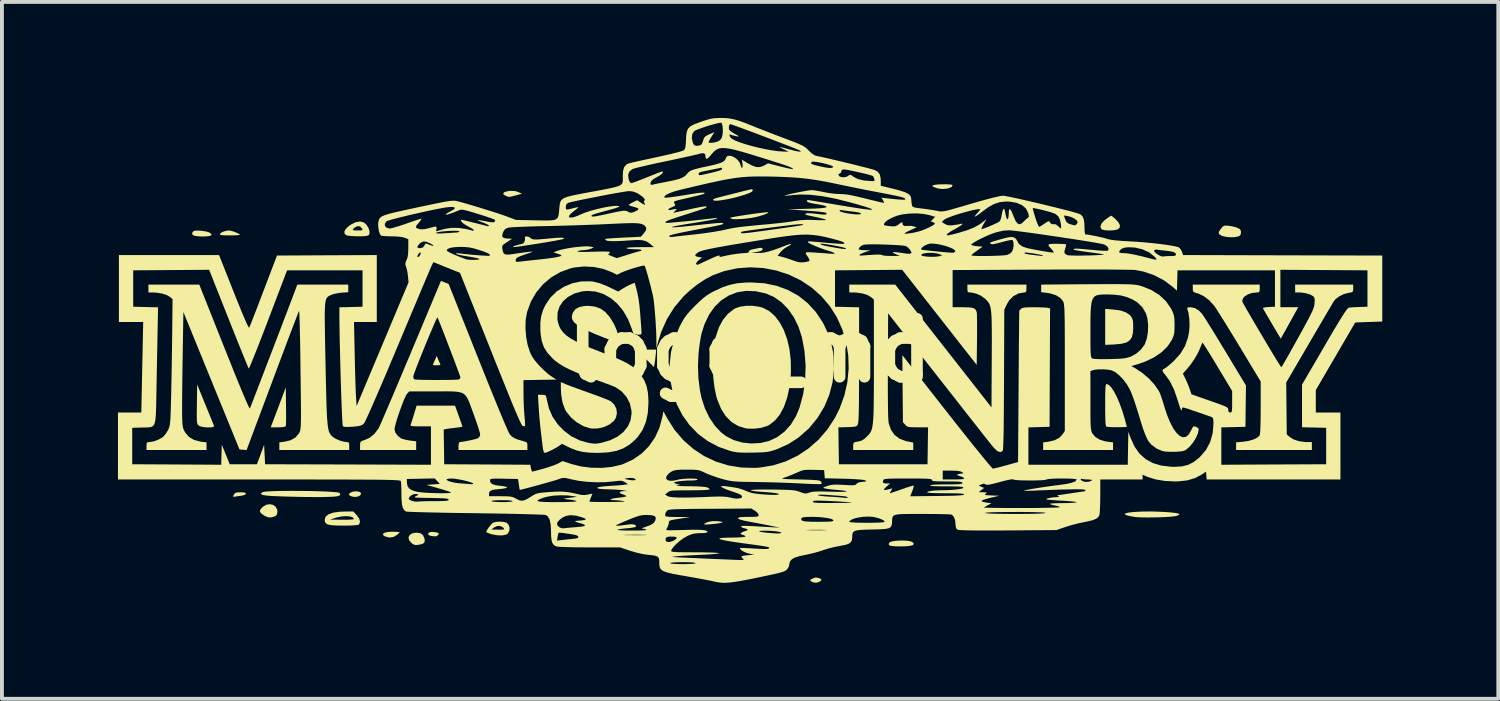
<source format=kicad_pcb>
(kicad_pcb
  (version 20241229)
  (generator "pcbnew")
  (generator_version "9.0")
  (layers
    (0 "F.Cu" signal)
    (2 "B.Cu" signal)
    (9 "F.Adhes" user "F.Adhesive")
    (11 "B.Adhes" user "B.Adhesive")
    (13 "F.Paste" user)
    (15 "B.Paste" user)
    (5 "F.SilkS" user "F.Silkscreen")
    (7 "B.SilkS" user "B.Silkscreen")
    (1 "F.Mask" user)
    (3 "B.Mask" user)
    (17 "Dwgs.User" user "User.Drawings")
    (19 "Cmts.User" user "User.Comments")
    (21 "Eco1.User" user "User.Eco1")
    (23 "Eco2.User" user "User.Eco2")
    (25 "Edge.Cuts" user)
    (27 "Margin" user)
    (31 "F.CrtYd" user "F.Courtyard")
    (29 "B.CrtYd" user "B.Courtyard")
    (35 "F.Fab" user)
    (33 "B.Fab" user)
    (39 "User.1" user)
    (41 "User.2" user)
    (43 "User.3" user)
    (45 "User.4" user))
  (footprint "logo_md"
    (layer "F.Cu")
    (at 16.339 6.014)
    (property "Reference" "logo_md" (at 0 0 0) (layer "F.SilkS") (effects (font (size 1.5 1.5) (thickness 0.3))))
    (attr board_only exclude_from_pos_files exclude_from_bom)
    (fp_poly (pts (xy -9.162 4.687) (xy -9.048 4.696) (xy -9.122 4.766) (xy -9.214 4.821) (xy -9.324 4.835) (xy -9.436 4.805) (xy -9.483 4.77) (xy -9.485 4.739) (xy -9.448 4.713) (xy -9.376 4.694) (xy -9.277 4.685)) (stroke (width 0) (type solid)) (fill yes) (layer "F.SilkS"))
    (fp_poly (pts (xy -2.435 0.121) (xy -2.446 0.218) (xy -2.458 0.308) (xy -2.465 0.348) (xy -2.481 0.428) (xy -2.609 0.295) (xy -2.699 0.209) (xy -2.801 0.123) (xy -2.876 0.068) (xy -3.015 -0.025) (xy -2.718 -0.025) (xy -2.422 -0.025)) (stroke (width 0) (type solid)) (fill yes) (layer "F.SilkS"))
    (fp_poly (pts (xy -11.993 1.437) (xy -11.992 1.59) (xy -11.991 1.727) (xy -11.993 1.839) (xy -11.995 1.917) (xy -11.999 1.952) (xy -11.999 1.953) (xy -12.029 1.972) (xy -12.103 1.982) (xy -12.2 1.985) (xy -12.389 1.985) (xy -12.194 1.47) (xy -12 0.954)) (stroke (width 0) (type solid)) (fill yes) (layer "F.SilkS"))
    (fp_poly (pts (xy -10.138 3.643) (xy -10.08 3.661) (xy -10.053 3.692) (xy -10.053 3.697) (xy -10.075 3.744) (xy -10.132 3.775) (xy -10.208 3.786) (xy -10.288 3.775) (xy -10.328 3.758) (xy -10.368 3.732) (xy -10.366 3.709) (xy -10.338 3.683) (xy -10.283 3.654) (xy -10.211 3.641)) (stroke (width 0) (type solid)) (fill yes) (layer "F.SilkS"))
    (fp_poly (pts (xy -8.054 0.242) (xy -8.025 0.309) (xy -8.004 0.355) (xy -8 0.363) (xy -8.015 0.374) (xy -8.066 0.381) (xy -8.092 0.382) (xy -8.156 0.38) (xy -8.192 0.374) (xy -8.195 0.372) (xy -8.186 0.345) (xy -8.162 0.287) (xy -8.146 0.251) (xy -8.096 0.14)) (stroke (width 0) (type solid)) (fill yes) (layer "F.SilkS"))
    (fp_poly (pts (xy -6.062 -4.123) (xy -5.99 -4.099) (xy -5.894 -4.056) (xy -6.047 -4.013) (xy -6.14 -3.988) (xy -6.199 -3.976) (xy -6.241 -3.976) (xy -6.28 -3.987) (xy -6.303 -3.996) (xy -6.364 -4.031) (xy -6.376 -4.066) (xy -6.342 -4.097) (xy -6.265 -4.12) (xy -6.206 -4.129)) (stroke (width 0) (type solid)) (fill yes) (layer "F.SilkS"))
    (fp_poly (pts (xy 1.761 5.876) (xy 1.779 5.882) (xy 1.839 5.907) (xy 1.854 5.93) (xy 1.826 5.961) (xy 1.813 5.971) (xy 1.736 6.002) (xy 1.647 5.997) (xy 1.591 5.971) (xy 1.562 5.946) (xy 1.569 5.926) (xy 1.615 5.899) (xy 1.622 5.896) (xy 1.693 5.869)) (stroke (width 0) (type solid)) (fill yes) (layer "F.SilkS"))
    (fp_poly (pts (xy -8.154 4.695) (xy -8.091 4.706) (xy -8.049 4.722) (xy -8.042 4.732) (xy -8.058 4.763) (xy -8.073 4.78) (xy -8.098 4.798) (xy -8.133 4.805) (xy -8.194 4.8) (xy -8.252 4.792) (xy -8.306 4.77) (xy -8.32 4.736) (xy -8.292 4.704) (xy -8.273 4.696) (xy -8.221 4.69)) (stroke (width 0) (type solid)) (fill yes) (layer "F.SilkS"))
    (fp_poly (pts (xy -13.085 3.669) (xy -13.041 3.681) (xy -13.031 3.702) (xy -13.055 3.73) (xy -13.129 3.751) (xy -13.152 3.754) (xy -13.234 3.765) (xy -13.3 3.775) (xy -13.317 3.778) (xy -13.355 3.78) (xy -13.362 3.775) (xy -13.351 3.746) (xy -13.335 3.714) (xy -13.309 3.684) (xy -13.26 3.669) (xy -13.176 3.665) (xy -13.17 3.665)) (stroke (width 0) (type solid)) (fill yes) (layer "F.SilkS"))
    (fp_poly (pts (xy -8.517 4.724) (xy -8.45 4.775) (xy -8.412 4.866) (xy -8.41 4.877) (xy -8.407 4.941) (xy -8.437 4.984) (xy -8.505 5.011) (xy -8.569 5.023) (xy -8.646 5.029) (xy -8.703 5.01) (xy -8.753 4.973) (xy -8.813 4.901) (xy -8.826 4.83) (xy -8.796 4.769) (xy -8.728 4.726) (xy -8.626 4.708) (xy -8.619 4.708)) (stroke (width 0) (type solid)) (fill yes) (layer "F.SilkS"))
    (fp_poly (pts (xy -0.793 4.417) (xy -0.725 4.429) (xy -0.702 4.437) (xy -0.719 4.448) (xy -0.745 4.455) (xy -0.804 4.467) (xy -0.896 4.48) (xy -1.001 4.49) (xy -1.012 4.491) (xy -1.109 4.498) (xy -1.163 4.499) (xy -1.181 4.493) (xy -1.171 4.478) (xy -1.162 4.47) (xy -1.084 4.432) (xy -0.975 4.411) (xy -0.85 4.41)) (stroke (width 0) (type solid)) (fill yes) (layer "F.SilkS"))
    (fp_poly (pts (xy -14.248 -3.101) (xy -14.197 -3.097) (xy -14.059 -3.079) (xy -13.969 -3.05) (xy -13.926 -3.011) (xy -13.922 -2.99) (xy -13.945 -2.97) (xy -14.005 -2.957) (xy -14.089 -2.95) (xy -14.184 -2.949) (xy -14.276 -2.955) (xy -14.353 -2.967) (xy -14.4 -2.986) (xy -14.405 -2.99) (xy -14.424 -3.03) (xy -14.403 -3.07) (xy -14.374 -3.092) (xy -14.326 -3.102)) (stroke (width 0) (type solid)) (fill yes) (layer "F.SilkS"))
    (fp_poly (pts (xy -12.331 3.99) (xy -12.262 4.038) (xy -12.222 4.113) (xy -12.216 4.16) (xy -12.227 4.234) (xy -12.266 4.28) (xy -12.343 4.307) (xy -12.369 4.312) (xy -12.453 4.314) (xy -12.536 4.28) (xy -12.547 4.273) (xy -12.63 4.216) (xy -12.668 4.169) (xy -12.663 4.122) (xy -12.617 4.065) (xy -12.596 4.044) (xy -12.509 3.99) (xy -12.417 3.973)) (stroke (width 0) (type solid)) (fill yes) (layer "F.SilkS"))
    (fp_poly (pts (xy 5.152 -4.295) (xy 5.216 -4.289) (xy 5.243 -4.278) (xy 5.243 -4.277) (xy 5.22 -4.233) (xy 5.159 -4.201) (xy 5.072 -4.182) (xy 4.972 -4.177) (xy 4.87 -4.189) (xy 4.785 -4.216) (xy 4.73 -4.243) (xy 4.718 -4.259) (xy 4.742 -4.275) (xy 4.747 -4.277) (xy 4.796 -4.287) (xy 4.874 -4.295) (xy 4.968 -4.298) (xy 5.065 -4.299)) (stroke (width 0) (type solid)) (fill yes) (layer "F.SilkS"))
    (fp_poly (pts (xy -13.413 -3.095) (xy -13.342 -3.074) (xy -13.269 -3.045) (xy -13.211 -3.016) (xy -13.184 -2.994) (xy -13.184 -2.992) (xy -13.207 -2.986) (xy -13.271 -2.981) (xy -13.365 -2.978) (xy -13.45 -2.978) (xy -13.571 -2.979) (xy -13.648 -2.983) (xy -13.69 -2.991) (xy -13.704 -3.004) (xy -13.702 -3.014) (xy -13.666 -3.05) (xy -13.598 -3.081) (xy -13.515 -3.101) (xy -13.466 -3.104)) (stroke (width 0) (type solid)) (fill yes) (layer "F.SilkS"))
    (fp_poly (pts (xy 9.385 -1.062) (xy 9.576 -1.037) (xy 9.723 -0.988) (xy 9.826 -0.917) (xy 9.856 -0.882) (xy 9.886 -0.832) (xy 9.903 -0.775) (xy 9.911 -0.697) (xy 9.913 -0.593) (xy 9.904 -0.447) (xy 9.874 -0.337) (xy 9.817 -0.258) (xy 9.728 -0.205) (xy 9.6 -0.173) (xy 9.429 -0.158) (xy 9.423 -0.157) (xy 9.188 -0.147) (xy 9.188 -0.611) (xy 9.188 -1.076)) (stroke (width 0) (type solid)) (fill yes) (layer "F.SilkS"))
    (fp_poly (pts (xy 9.368 -3.471) (xy 9.418 -3.43) (xy 9.464 -3.389) (xy 9.539 -3.304) (xy 9.571 -3.229) (xy 9.559 -3.17) (xy 9.504 -3.13) (xy 9.43 -3.113) (xy 9.336 -3.105) (xy 9.239 -3.106) (xy 9.153 -3.116) (xy 9.096 -3.135) (xy 9.086 -3.143) (xy 9.065 -3.204) (xy 9.089 -3.277) (xy 9.157 -3.356) (xy 9.207 -3.397) (xy 9.274 -3.445) (xy 9.324 -3.477) (xy 9.343 -3.486)) (stroke (width 0) (type solid)) (fill yes) (layer "F.SilkS"))
    (fp_poly (pts (xy 4.043 4.916) (xy 4.134 4.928) (xy 4.195 4.948) (xy 4.204 4.955) (xy 4.238 4.99) (xy 4.233 5.013) (xy 4.209 5.032) (xy 4.164 5.046) (xy 4.081 5.057) (xy 3.977 5.063) (xy 3.864 5.065) (xy 3.757 5.062) (xy 3.67 5.054) (xy 3.618 5.042) (xy 3.614 5.04) (xy 3.59 5.009) (xy 3.604 4.97) (xy 3.644 4.945) (xy 3.722 4.927) (xy 3.823 4.916) (xy 3.935 4.912)) (stroke (width 0) (type solid)) (fill yes) (layer "F.SilkS"))
    (fp_poly (pts (xy 12.379 -3.226) (xy 12.478 -3.211) (xy 12.574 -3.185) (xy 12.605 -3.174) (xy 12.668 -3.141) (xy 12.695 -3.102) (xy 12.7 -3.055) (xy 12.689 -2.992) (xy 12.646 -2.956) (xy 12.635 -2.952) (xy 12.545 -2.933) (xy 12.431 -2.929) (xy 12.315 -2.939) (xy 12.218 -2.962) (xy 12.197 -2.971) (xy 12.14 -3.005) (xy 12.12 -3.039) (xy 12.136 -3.085) (xy 12.182 -3.15) (xy 12.225 -3.202) (xy 12.264 -3.226) (xy 12.32 -3.231)) (stroke (width 0) (type solid)) (fill yes) (layer "F.SilkS"))
    (fp_poly (pts (xy -14.078 1.4) (xy -14.015 1.553) (xy -13.959 1.692) (xy -13.911 1.808) (xy -13.876 1.895) (xy -13.856 1.945) (xy -13.852 1.953) (xy -13.866 1.973) (xy -13.916 1.985) (xy -13.99 1.988) (xy -14.075 1.985) (xy -14.156 1.974) (xy -14.222 1.956) (xy -14.25 1.941) (xy -14.269 1.924) (xy -14.283 1.902) (xy -14.292 1.869) (xy -14.298 1.818) (xy -14.3 1.74) (xy -14.301 1.63) (xy -14.299 1.479) (xy -14.298 1.387) (xy -14.291 0.878)) (stroke (width 0) (type solid)) (fill yes) (layer "F.SilkS"))
    (fp_poly (pts (xy 0.074 -4.153) (xy 0.076 -4.138) (xy 0.053 -4.108) (xy -0.012 -4.074) (xy -0.109 -4.037) (xy -0.23 -3.999) (xy -0.364 -3.962) (xy -0.503 -3.929) (xy -0.638 -3.902) (xy -0.76 -3.883) (xy -0.859 -3.874) (xy -0.927 -3.877) (xy -0.952 -3.89) (xy -0.942 -3.914) (xy -0.89 -3.937) (xy -0.872 -3.942) (xy -0.714 -3.983) (xy -0.552 -4.024) (xy -0.395 -4.064) (xy -0.249 -4.101) (xy -0.123 -4.132) (xy -0.025 -4.156) (xy 0.037 -4.17) (xy 0.057 -4.174)) (stroke (width 0) (type solid)) (fill yes) (layer "F.SilkS"))
    (fp_poly (pts (xy 0.479 -3.576) (xy 0.468 -3.559) (xy 0.418 -3.533) (xy 0.339 -3.504) (xy 0.241 -3.474) (xy 0.146 -3.45) (xy 0.035 -3.429) (xy -0.094 -3.413) (xy -0.223 -3.401) (xy -0.34 -3.396) (xy -0.427 -3.398) (xy -0.452 -3.402) (xy -0.496 -3.418) (xy -0.509 -3.432) (xy -0.485 -3.441) (xy -0.42 -3.454) (xy -0.324 -3.472) (xy -0.204 -3.491) (xy -0.072 -3.511) (xy 0.065 -3.531) (xy 0.196 -3.549) (xy 0.312 -3.563) (xy 0.404 -3.573) (xy 0.463 -3.577)) (stroke (width 0) (type solid)) (fill yes) (layer "F.SilkS"))
    (fp_poly (pts (xy 10.525 4.165) (xy 10.7 4.173) (xy 10.712 4.173) (xy 10.884 4.186) (xy 11.006 4.2) (xy 11.08 4.216) (xy 11.107 4.233) (xy 11.089 4.253) (xy 11.03 4.276) (xy 10.964 4.287) (xy 10.859 4.298) (xy 10.725 4.306) (xy 10.574 4.312) (xy 10.416 4.315) (xy 10.263 4.316) (xy 10.125 4.314) (xy 10.015 4.309) (xy 9.958 4.303) (xy 9.832 4.281) (xy 9.751 4.262) (xy 9.708 4.243) (xy 9.697 4.226) (xy 9.721 4.207) (xy 9.789 4.191) (xy 9.893 4.178) (xy 10.026 4.169) (xy 10.18 4.163) (xy 10.349 4.161)) (stroke (width 0) (type solid)) (fill yes) (layer "F.SilkS"))
    (fp_poly (pts (xy -4.015 -1.139) (xy -3.866 -1.087) (xy -3.735 -0.994) (xy -3.617 -0.857) (xy -3.517 -0.692) (xy -3.481 -0.616) (xy -3.443 -0.522) (xy -3.408 -0.422) (xy -3.378 -0.326) (xy -3.357 -0.247) (xy -3.349 -0.194) (xy -3.355 -0.179) (xy -3.383 -0.188) (xy -3.451 -0.212) (xy -3.549 -0.249) (xy -3.67 -0.295) (xy -3.76 -0.33) (xy -4.003 -0.427) (xy -4.201 -0.514) (xy -4.355 -0.592) (xy -4.47 -0.665) (xy -4.547 -0.734) (xy -4.591 -0.802) (xy -4.604 -0.871) (xy -4.589 -0.945) (xy -4.568 -0.993) (xy -4.503 -1.075) (xy -4.405 -1.127) (xy -4.269 -1.152) (xy -4.187 -1.156)) (stroke (width 0) (type solid)) (fill yes) (layer "F.SilkS"))
    (fp_poly (pts (xy -4.766 0.868) (xy -4.704 0.893) (xy -4.604 0.931) (xy -4.476 0.978) (xy -4.328 1.032) (xy -4.171 1.088) (xy -4.155 1.094) (xy -4.002 1.149) (xy -3.862 1.201) (xy -3.743 1.247) (xy -3.654 1.283) (xy -3.604 1.307) (xy -3.6 1.309) (xy -3.508 1.395) (xy -3.453 1.503) (xy -3.437 1.619) (xy -3.461 1.733) (xy -3.512 1.816) (xy -3.624 1.908) (xy -3.767 1.976) (xy -3.927 2.014) (xy -4.087 2.017) (xy -4.139 2.009) (xy -4.31 1.953) (xy -4.475 1.857) (xy -4.624 1.731) (xy -4.741 1.586) (xy -4.78 1.519) (xy -4.843 1.346) (xy -4.879 1.139) (xy -4.887 0.977) (xy -4.887 0.816)) (stroke (width 0) (type solid)) (fill yes) (layer "F.SilkS"))
    (fp_poly (pts (xy 9.283 0.889) (xy 9.348 0.957) (xy 9.418 1.063) (xy 9.49 1.201) (xy 9.561 1.366) (xy 9.629 1.552) (xy 9.669 1.684) (xy 9.701 1.794) (xy 9.726 1.886) (xy 9.743 1.948) (xy 9.748 1.97) (xy 9.724 1.976) (xy 9.663 1.98) (xy 9.577 1.983) (xy 9.478 1.983) (xy 9.38 1.981) (xy 9.295 1.977) (xy 9.236 1.972) (xy 9.22 1.968) (xy 9.208 1.951) (xy 9.2 1.905) (xy 9.194 1.827) (xy 9.19 1.71) (xy 9.188 1.551) (xy 9.188 1.41) (xy 9.188 1.229) (xy 9.19 1.092) (xy 9.193 0.993) (xy 9.198 0.928) (xy 9.205 0.888) (xy 9.215 0.87) (xy 9.227 0.865)) (stroke (width 0) (type solid)) (fill yes) (layer "F.SilkS"))
    (fp_poly (pts (xy -11.637 3.63) (xy -11.44 3.632) (xy -11.249 3.636) (xy -11.071 3.641) (xy -10.912 3.648) (xy -10.78 3.656) (xy -10.682 3.665) (xy -10.624 3.675) (xy -10.613 3.68) (xy -10.589 3.713) (xy -10.606 3.741) (xy -10.624 3.756) (xy -10.668 3.768) (xy -10.759 3.778) (xy -10.895 3.784) (xy -11.071 3.788) (xy -11.285 3.788) (xy -11.533 3.786) (xy -11.812 3.78) (xy -12.119 3.771) (xy -12.196 3.768) (xy -12.375 3.76) (xy -12.506 3.749) (xy -12.591 3.735) (xy -12.634 3.717) (xy -12.637 3.694) (xy -12.603 3.666) (xy -12.595 3.661) (xy -12.552 3.651) (xy -12.466 3.643) (xy -12.344 3.637) (xy -12.193 3.632) (xy -12.021 3.63) (xy -11.833 3.629)) (stroke (width 0) (type solid)) (fill yes) (layer "F.SilkS"))
    (fp_poly (pts (xy -9.976 -3.308) (xy -9.918 -3.258) (xy -9.863 -3.173) (xy -9.834 -3.087) (xy -9.837 -3.016) (xy -9.85 -2.989) (xy -9.88 -2.971) (xy -9.937 -2.96) (xy -10.03 -2.954) (xy -10.126 -2.954) (xy -10.239 -2.957) (xy -10.338 -2.964) (xy -10.408 -2.973) (xy -10.429 -2.979) (xy -10.478 -3.018) (xy -10.484 -3.074) (xy -10.46 -3.122) (xy -10.269 -3.122) (xy -10.254 -3.11) (xy -10.203 -3.106) (xy -10.144 -3.105) (xy -10.064 -3.106) (xy -10.024 -3.113) (xy -10.016 -3.13) (xy -10.026 -3.153) (xy -10.078 -3.208) (xy -10.144 -3.218) (xy -10.216 -3.184) (xy -10.256 -3.145) (xy -10.269 -3.122) (xy -10.46 -3.122) (xy -10.45 -3.141) (xy -10.377 -3.214) (xy -10.314 -3.259) (xy -10.187 -3.32) (xy -10.073 -3.337)) (stroke (width 0) (type solid)) (fill yes) (layer "F.SilkS"))
    (fp_poly (pts (xy -6.371 4.43) (xy -6.296 4.449) (xy -6.29 4.452) (xy -6.237 4.505) (xy -6.213 4.58) (xy -6.219 4.659) (xy -6.254 4.727) (xy -6.301 4.76) (xy -6.403 4.78) (xy -6.529 4.777) (xy -6.662 4.753) (xy -6.691 4.745) (xy -6.76 4.721) (xy -6.805 4.703) (xy -6.814 4.699) (xy -6.81 4.671) (xy -6.788 4.63) (xy -6.681 4.63) (xy -6.505 4.631) (xy -6.414 4.631) (xy -6.365 4.627) (xy -6.35 4.617) (xy -6.362 4.597) (xy -6.375 4.581) (xy -6.445 4.539) (xy -6.53 4.536) (xy -6.612 4.574) (xy -6.621 4.58) (xy -6.681 4.63) (xy -6.788 4.63) (xy -6.781 4.619) (xy -6.739 4.557) (xy -6.691 4.499) (xy -6.649 4.458) (xy -6.639 4.452) (xy -6.567 4.431) (xy -6.47 4.424)) (stroke (width 0) (type solid)) (fill yes) (layer "F.SilkS"))
    (fp_poly (pts (xy -10.166 4.256) (xy -10.101 4.346) (xy -10.08 4.427) (xy -10.102 4.492) (xy -10.109 4.5) (xy -10.144 4.51) (xy -10.219 4.518) (xy -10.322 4.524) (xy -10.443 4.527) (xy -10.569 4.527) (xy -10.691 4.524) (xy -10.796 4.518) (xy -10.855 4.511) (xy -10.94 4.487) (xy -10.984 4.44) (xy -10.995 4.378) (xy -10.993 4.372) (xy -10.855 4.372) (xy -10.541 4.375) (xy -10.403 4.375) (xy -10.31 4.371) (xy -10.257 4.364) (xy -10.237 4.352) (xy -10.237 4.346) (xy -10.275 4.31) (xy -10.349 4.288) (xy -10.45 4.282) (xy -10.565 4.291) (xy -10.684 4.316) (xy -10.715 4.326) (xy -10.855 4.372) (xy -10.993 4.372) (xy -10.971 4.299) (xy -10.9 4.237) (xy -10.784 4.194) (xy -10.621 4.169) (xy -10.477 4.163) (xy -10.253 4.161)) (stroke (width 0) (type solid)) (fill yes) (layer "F.SilkS"))
    (fp_poly (pts (xy -5.711 -2.936) (xy -5.671 -2.91) (xy -5.647 -2.891) (xy -5.618 -2.878) (xy -5.577 -2.872) (xy -5.515 -2.871) (xy -5.424 -2.876) (xy -5.298 -2.887) (xy -5.158 -2.9) (xy -5.006 -2.914) (xy -4.9 -2.919) (xy -4.836 -2.917) (xy -4.808 -2.907) (xy -4.815 -2.889) (xy -4.816 -2.887) (xy -4.845 -2.878) (xy -4.916 -2.863) (xy -5.019 -2.843) (xy -5.148 -2.82) (xy -5.294 -2.795) (xy -5.449 -2.77) (xy -5.606 -2.745) (xy -5.756 -2.722) (xy -5.891 -2.702) (xy -6.004 -2.686) (xy -6.086 -2.677) (xy -6.129 -2.674) (xy -6.134 -2.675) (xy -6.112 -2.693) (xy -6.059 -2.715) (xy -5.992 -2.735) (xy -5.932 -2.747) (xy -5.913 -2.749) (xy -5.859 -2.771) (xy -5.822 -2.824) (xy -5.813 -2.886) (xy -5.814 -2.892) (xy -5.817 -2.938) (xy -5.788 -2.952) (xy -5.773 -2.952)) (stroke (width 0) (type solid)) (fill yes) (layer "F.SilkS"))
    (fp_poly (pts (xy 0.227 -1.136) (xy 0.326 -1.11) (xy 0.491 -1.027) (xy 0.64 -0.9) (xy 0.769 -0.733) (xy 0.877 -0.532) (xy 0.963 -0.299) (xy 1.023 -0.041) (xy 1.057 0.24) (xy 1.062 0.537) (xy 1.057 0.649) (xy 1.023 0.952) (xy 0.964 1.222) (xy 0.881 1.457) (xy 0.776 1.654) (xy 0.65 1.809) (xy 0.505 1.921) (xy 0.438 1.954) (xy 0.292 1.998) (xy 0.124 2.02) (xy -0.044 2.019) (xy -0.109 2.011) (xy -0.302 1.952) (xy -0.473 1.848) (xy -0.62 1.701) (xy -0.742 1.511) (xy -0.838 1.28) (xy -0.865 1.192) (xy -0.915 0.956) (xy -0.946 0.689) (xy -0.958 0.406) (xy -0.95 0.123) (xy -0.922 -0.145) (xy -0.878 -0.369) (xy -0.8 -0.598) (xy -0.694 -0.794) (xy -0.564 -0.954) (xy -0.411 -1.071) (xy -0.361 -1.098) (xy -0.242 -1.137) (xy -0.092 -1.156) (xy 0.07 -1.156)) (stroke (width 0) (type solid)) (fill yes) (layer "F.SilkS"))
    (fp_poly (pts (xy 0.368 -1.74) (xy 0.688 -1.675) (xy 0.984 -1.566) (xy 1.254 -1.417) (xy 1.495 -1.226) (xy 1.705 -0.997) (xy 1.883 -0.73) (xy 1.919 -0.662) (xy 2.025 -0.432) (xy 2.099 -0.211) (xy 2.147 0.025) (xy 2.163 0.146) (xy 2.175 0.486) (xy 2.138 0.821) (xy 2.054 1.145) (xy 1.925 1.453) (xy 1.751 1.741) (xy 1.535 2.003) (xy 1.514 2.024) (xy 1.264 2.245) (xy 0.991 2.422) (xy 0.695 2.553) (xy 0.692 2.554) (xy 0.602 2.584) (xy 0.526 2.606) (xy 0.449 2.62) (xy 0.361 2.629) (xy 0.248 2.635) (xy 0.098 2.639) (xy 0.076 2.639) (xy -0.088 2.641) (xy -0.214 2.639) (xy -0.313 2.633) (xy -0.399 2.621) (xy -0.482 2.602) (xy -0.508 2.596) (xy -0.814 2.488) (xy -1.092 2.339) (xy -1.342 2.152) (xy -1.559 1.929) (xy -1.742 1.674) (xy -1.888 1.39) (xy -1.994 1.08) (xy -2.058 0.748) (xy -2.061 0.718) (xy -2.074 0.399) (xy -1.342 0.399) (xy -1.329 0.725) (xy -1.289 1.038) (xy -1.248 1.234) (xy -1.161 1.497) (xy -1.045 1.738) (xy -0.902 1.948) (xy -0.738 2.121) (xy -0.62 2.211) (xy -0.422 2.314) (xy -0.199 2.378) (xy 0.037 2.404) (xy 0.276 2.39) (xy 0.494 2.338) (xy 0.705 2.241) (xy 0.893 2.1) (xy 1.056 1.919) (xy 1.191 1.701) (xy 1.285 1.476) (xy 1.378 1.13) (xy 1.43 0.763) (xy 1.442 0.385) (xy 1.412 0.008) (xy 1.346 -0.344) (xy 1.258 -0.614) (xy 1.139 -0.858) (xy 0.991 -1.07) (xy 0.819 -1.247) (xy 0.626 -1.383) (xy 0.416 -1.475) (xy 0.414 -1.476) (xy 0.153 -1.533) (xy -0.096 -1.543) (xy -0.329 -1.506) (xy -0.545 -1.423) (xy -0.74 -1.298) (xy -0.911 -1.131) (xy -1.057 -0.924) (xy -1.173 -0.679) (xy -1.246 -0.451) (xy -1.269 -0.344) (xy -1.292 -0.206) (xy -1.313 -0.054) (xy -1.327 0.078) (xy -1.342 0.399) (xy -2.074 0.399) (xy -2.075 0.377) (xy -2.04 0.044) (xy -1.955 -0.283) (xy -1.821 -0.607) (xy -1.801 -0.648) (xy -1.74 -0.762) (xy -1.682 -0.856) (xy -1.617 -0.942) (xy -1.535 -1.035) (xy -1.427 -1.147) (xy -1.414 -1.159) (xy -1.296 -1.274) (xy -1.199 -1.36) (xy -1.109 -1.428) (xy -1.014 -1.487) (xy -0.923 -1.536) (xy -0.716 -1.632) (xy -0.523 -1.698) (xy -0.326 -1.739) (xy -0.108 -1.758) (xy 0.025 -1.761)) (stroke (width 0) (type solid)) (fill yes) (layer "F.SilkS"))
    (fp_poly (pts (xy 5.003 -0.118) (xy 6.248 1.47) (xy 6.255 0.233) (xy 6.256 -0.069) (xy 6.257 -0.324) (xy 6.256 -0.537) (xy 6.254 -0.713) (xy 6.25 -0.856) (xy 6.243 -0.97) (xy 6.232 -1.06) (xy 6.219 -1.13) (xy 6.201 -1.186) (xy 6.178 -1.23) (xy 6.151 -1.268) (xy 6.118 -1.305) (xy 6.092 -1.331) (xy 5.987 -1.411) (xy 5.859 -1.47) (xy 5.731 -1.5) (xy 5.696 -1.502) (xy 5.65 -1.506) (xy 5.63 -1.529) (xy 5.625 -1.585) (xy 5.625 -1.603) (xy 5.625 -1.705) (xy 6.388 -1.705) (xy 7.152 -1.705) (xy 7.152 -1.603) (xy 7.148 -1.538) (xy 7.132 -1.508) (xy 7.094 -1.502) (xy 7.092 -1.502) (xy 6.947 -1.477) (xy 6.816 -1.408) (xy 6.707 -1.3) (xy 6.646 -1.198) (xy 6.579 -1.056) (xy 6.572 0.763) (xy 6.57 1.13) (xy 6.568 1.448) (xy 6.566 1.722) (xy 6.564 1.953) (xy 6.561 2.143) (xy 6.557 2.297) (xy 6.553 2.416) (xy 6.549 2.503) (xy 6.544 2.561) (xy 6.538 2.593) (xy 6.534 2.601) (xy 6.487 2.622) (xy 6.441 2.619) (xy 6.388 2.59) (xy 6.323 2.528) (xy 6.239 2.43) (xy 6.192 2.371) (xy 6.144 2.31) (xy 6.067 2.213) (xy 5.966 2.084) (xy 5.841 1.925) (xy 5.697 1.742) (xy 5.536 1.538) (xy 5.362 1.315) (xy 5.177 1.08) (xy 4.984 0.834) (xy 4.786 0.582) (xy 4.785 0.58) (xy 3.576 -0.96) (xy 3.569 0.392) (xy 3.568 0.738) (xy 3.568 1.041) (xy 3.57 1.3) (xy 3.572 1.513) (xy 3.576 1.68) (xy 3.582 1.798) (xy 3.588 1.867) (xy 3.589 1.874) (xy 3.647 2.045) (xy 3.74 2.18) (xy 3.869 2.279) (xy 4.032 2.341) (xy 4.07 2.349) (xy 4.225 2.379) (xy 4.225 2.475) (xy 4.225 2.571) (xy 3.449 2.571) (xy 2.672 2.571) (xy 2.672 2.472) (xy 2.675 2.412) (xy 2.691 2.38) (xy 2.733 2.364) (xy 2.793 2.355) (xy 2.88 2.333) (xy 2.955 2.289) (xy 3.019 2.231) (xy 3.055 2.194) (xy 3.086 2.16) (xy 3.113 2.123) (xy 3.136 2.082) (xy 3.154 2.03) (xy 3.169 1.965) (xy 3.181 1.883) (xy 3.19 1.78) (xy 3.197 1.652) (xy 3.201 1.494) (xy 3.204 1.304) (xy 3.206 1.078) (xy 3.207 0.81) (xy 3.207 0.499) (xy 3.207 0.265) (xy 3.207 -1.319) (xy 3.131 -1.383) (xy 3.039 -1.436) (xy 2.912 -1.476) (xy 2.765 -1.498) (xy 2.684 -1.502) (xy 2.571 -1.502) (xy 2.571 -1.603) (xy 2.571 -1.705) (xy 3.165 -1.705) (xy 3.759 -1.705)) (stroke (width 0) (type solid)) (fill yes) (layer "F.SilkS"))
    (fp_poly (pts (xy 13.184 -1.603) (xy 13.181 -1.538) (xy 13.164 -1.509) (xy 13.122 -1.502) (xy 13.101 -1.501) (xy 12.982 -1.488) (xy 12.877 -1.452) (xy 12.794 -1.4) (xy 12.744 -1.338) (xy 12.733 -1.271) (xy 12.735 -1.265) (xy 12.75 -1.233) (xy 12.788 -1.165) (xy 12.844 -1.065) (xy 12.916 -0.941) (xy 13 -0.797) (xy 13.092 -0.639) (xy 13.19 -0.474) (xy 13.289 -0.307) (xy 13.386 -0.144) (xy 13.479 0.01) (xy 13.562 0.148) (xy 13.634 0.265) (xy 13.69 0.356) (xy 13.728 0.413) (xy 13.743 0.432) (xy 13.758 0.411) (xy 13.794 0.35) (xy 13.85 0.254) (xy 13.921 0.13) (xy 14.005 -0.019) (xy 14.098 -0.186) (xy 14.172 -0.319) (xy 14.287 -0.526) (xy 14.378 -0.695) (xy 14.45 -0.829) (xy 14.504 -0.935) (xy 14.544 -1.018) (xy 14.57 -1.083) (xy 14.588 -1.136) (xy 14.597 -1.182) (xy 14.601 -1.216) (xy 14.606 -1.305) (xy 14.599 -1.359) (xy 14.576 -1.396) (xy 14.567 -1.404) (xy 14.492 -1.447) (xy 14.384 -1.481) (xy 14.261 -1.499) (xy 14.208 -1.501) (xy 14.1 -1.502) (xy 14.1 -1.603) (xy 14.1 -1.705) (xy 14.851 -1.705) (xy 15.601 -1.705) (xy 15.601 -1.607) (xy 15.599 -1.547) (xy 15.583 -1.516) (xy 15.54 -1.501) (xy 15.483 -1.492) (xy 15.358 -1.459) (xy 15.239 -1.401) (xy 15.142 -1.326) (xy 15.104 -1.28) (xy 15.082 -1.244) (xy 15.037 -1.168) (xy 14.972 -1.059) (xy 14.889 -0.919) (xy 14.793 -0.754) (xy 14.684 -0.569) (xy 14.567 -0.369) (xy 14.463 -0.191) (xy 13.869 0.827) (xy 13.876 1.497) (xy 13.883 2.168) (xy 13.964 2.239) (xy 14.062 2.3) (xy 14.196 2.343) (xy 14.353 2.365) (xy 14.419 2.367) (xy 14.532 2.367) (xy 14.532 2.469) (xy 14.532 2.571) (xy 13.553 2.571) (xy 12.573 2.571) (xy 12.573 2.472) (xy 12.573 2.374) (xy 12.75 2.359) (xy 12.89 2.338) (xy 13.015 2.302) (xy 13.114 2.256) (xy 13.175 2.203) (xy 13.181 2.193) (xy 13.191 2.148) (xy 13.199 2.055) (xy 13.204 1.914) (xy 13.208 1.728) (xy 13.209 1.5) (xy 13.209 1.471) (xy 13.209 0.801) (xy 12.652 -0.123) (xy 12.53 -0.324) (xy 12.412 -0.516) (xy 12.304 -0.692) (xy 12.206 -0.849) (xy 12.124 -0.98) (xy 12.06 -1.08) (xy 12.017 -1.144) (xy 12.005 -1.16) (xy 11.88 -1.297) (xy 11.743 -1.403) (xy 11.607 -1.47) (xy 11.574 -1.48) (xy 11.502 -1.501) (xy 11.466 -1.524) (xy 11.454 -1.563) (xy 11.453 -1.608) (xy 11.453 -1.705) (xy 12.318 -1.705) (xy 13.184 -1.705)) (stroke (width 0) (type solid)) (fill yes) (layer "F.SilkS"))
    (fp_poly (pts (xy -7.888 -1.762) (xy -7.789 -1.723) (xy -7.034 0.176) (xy -6.901 0.508) (xy -6.777 0.818) (xy -6.661 1.103) (xy -6.556 1.361) (xy -6.462 1.589) (xy -6.381 1.783) (xy -6.314 1.94) (xy -6.262 2.058) (xy -6.226 2.134) (xy -6.21 2.163) (xy -6.156 2.221) (xy -6.087 2.266) (xy -5.993 2.304) (xy -5.86 2.342) (xy -5.793 2.362) (xy -5.761 2.387) (xy -5.752 2.434) (xy -5.752 2.47) (xy -5.752 2.571) (xy -6.643 2.571) (xy -7.533 2.571) (xy -7.533 2.469) (xy -7.526 2.397) (xy -7.505 2.367) (xy -7.502 2.366) (xy -7.439 2.359) (xy -7.348 2.344) (xy -7.246 2.324) (xy -7.147 2.302) (xy -7.069 2.282) (xy -7.028 2.267) (xy -6.982 2.216) (xy -6.974 2.169) (xy -6.982 2.124) (xy -7.007 2.04) (xy -7.043 1.926) (xy -7.09 1.791) (xy -7.143 1.642) (xy -7.148 1.629) (xy -7.206 1.47) (xy -7.253 1.343) (xy -7.297 1.245) (xy -7.342 1.172) (xy -7.397 1.12) (xy -7.466 1.087) (xy -7.558 1.067) (xy -7.677 1.058) (xy -7.831 1.055) (xy -8.026 1.056) (xy -8.15 1.056) (xy -8.805 1.056) (xy -8.866 1.12) (xy -8.894 1.165) (xy -8.933 1.249) (xy -8.978 1.361) (xy -9.027 1.491) (xy -9.075 1.628) (xy -9.119 1.761) (xy -9.154 1.881) (xy -9.179 1.977) (xy -9.188 2.038) (xy -9.188 2.039) (xy -9.166 2.121) (xy -9.107 2.202) (xy -9.026 2.265) (xy -8.999 2.278) (xy -8.929 2.3) (xy -8.834 2.32) (xy -8.774 2.329) (xy -8.628 2.347) (xy -8.628 2.459) (xy -8.628 2.571) (xy -9.353 2.571) (xy -10.079 2.571) (xy -10.079 2.459) (xy -10.076 2.391) (xy -10.06 2.354) (xy -10.017 2.332) (xy -9.965 2.316) (xy -9.828 2.254) (xy -9.704 2.15) (xy -9.603 2.016) (xy -9.591 1.994) (xy -9.571 1.951) (xy -9.533 1.866) (xy -9.479 1.74) (xy -9.41 1.58) (xy -9.328 1.388) (xy -9.234 1.169) (xy -9.131 0.925) (xy -9.023 0.67) (xy -8.704 0.67) (xy -8.693 0.723) (xy -8.672 0.747) (xy -8.636 0.751) (xy -8.558 0.755) (xy -8.447 0.758) (xy -8.314 0.76) (xy -8.167 0.761) (xy -8.016 0.761) (xy -7.87 0.76) (xy -7.738 0.759) (xy -7.63 0.756) (xy -7.555 0.752) (xy -7.523 0.748) (xy -7.488 0.717) (xy -7.483 0.698) (xy -7.491 0.668) (xy -7.516 0.599) (xy -7.554 0.496) (xy -7.602 0.366) (xy -7.658 0.217) (xy -7.72 0.055) (xy -7.784 -0.112) (xy -7.847 -0.278) (xy -7.908 -0.436) (xy -7.964 -0.578) (xy -8.011 -0.699) (xy -8.048 -0.79) (xy -8.072 -0.845) (xy -8.078 -0.859) (xy -8.091 -0.84) (xy -8.12 -0.781) (xy -8.161 -0.687) (xy -8.213 -0.566) (xy -8.273 -0.425) (xy -8.338 -0.27) (xy -8.405 -0.107) (xy -8.471 0.056) (xy -8.534 0.213) (xy -8.591 0.357) (xy -8.639 0.482) (xy -8.676 0.58) (xy -8.698 0.646) (xy -8.704 0.67) (xy -9.023 0.67) (xy -9.02 0.662) (xy -8.903 0.384) (xy -8.78 0.093) (xy -8.756 0.035) (xy -7.987 -1.801)) (stroke (width 0) (type solid)) (fill yes) (layer "F.SilkS"))
    (fp_poly (pts (xy -4.055 -1.783) (xy -3.883 -1.741) (xy -3.68 -1.659) (xy -3.644 -1.642) (xy -3.404 -1.526) (xy -3.286 -1.601) (xy -3.198 -1.652) (xy -3.109 -1.698) (xy -3.073 -1.714) (xy -2.978 -1.753) (xy -2.941 -1.621) (xy -2.907 -1.485) (xy -2.879 -1.34) (xy -2.856 -1.174) (xy -2.837 -0.975) (xy -2.826 -0.827) (xy -2.816 -0.696) (xy -2.808 -0.581) (xy -2.803 -0.494) (xy -2.8 -0.444) (xy -2.8 -0.438) (xy -2.819 -0.416) (xy -2.879 -0.411) (xy -2.904 -0.412) (xy -2.964 -0.419) (xy -3 -0.436) (xy -3.025 -0.477) (xy -3.05 -0.552) (xy -3.052 -0.56) (xy -3.15 -0.811) (xy -3.277 -1.03) (xy -3.429 -1.213) (xy -3.602 -1.359) (xy -3.792 -1.465) (xy -3.997 -1.526) (xy -4.212 -1.542) (xy -4.345 -1.528) (xy -4.538 -1.474) (xy -4.7 -1.388) (xy -4.829 -1.275) (xy -4.921 -1.139) (xy -4.971 -0.985) (xy -4.977 -0.819) (xy -4.963 -0.737) (xy -4.933 -0.639) (xy -4.889 -0.55) (xy -4.828 -0.469) (xy -4.746 -0.391) (xy -4.638 -0.315) (xy -4.499 -0.237) (xy -4.326 -0.154) (xy -4.114 -0.064) (xy -3.859 0.036) (xy -3.754 0.076) (xy -3.521 0.167) (xy -3.332 0.249) (xy -3.178 0.326) (xy -3.054 0.403) (xy -2.953 0.482) (xy -2.868 0.568) (xy -2.821 0.627) (xy -2.731 0.767) (xy -2.671 0.918) (xy -2.635 1.092) (xy -2.622 1.3) (xy -2.622 1.345) (xy -2.638 1.613) (xy -2.688 1.847) (xy -2.773 2.051) (xy -2.896 2.231) (xy -2.966 2.307) (xy -3.114 2.435) (xy -3.274 2.53) (xy -3.453 2.595) (xy -3.66 2.633) (xy -3.905 2.646) (xy -3.933 2.647) (xy -4.144 2.641) (xy -4.319 2.621) (xy -4.475 2.584) (xy -4.626 2.526) (xy -4.7 2.491) (xy -4.858 2.412) (xy -4.929 2.463) (xy -5.001 2.508) (xy -5.089 2.556) (xy -5.177 2.6) (xy -5.252 2.633) (xy -5.3 2.647) (xy -5.302 2.647) (xy -5.328 2.624) (xy -5.347 2.555) (xy -5.355 2.501) (xy -5.383 2.272) (xy -5.405 2.085) (xy -5.422 1.93) (xy -5.435 1.8) (xy -5.445 1.684) (xy -5.453 1.575) (xy -5.461 1.463) (xy -5.461 1.457) (xy -5.479 1.145) (xy -5.375 1.145) (xy -5.308 1.148) (xy -5.275 1.166) (xy -5.26 1.213) (xy -5.256 1.241) (xy -5.196 1.493) (xy -5.1 1.715) (xy -4.961 1.914) (xy -4.82 2.062) (xy -4.619 2.215) (xy -4.397 2.324) (xy -4.189 2.383) (xy -4.081 2.402) (xy -3.997 2.408) (xy -3.911 2.399) (xy -3.827 2.383) (xy -3.607 2.318) (xy -3.419 2.224) (xy -3.267 2.104) (xy -3.154 1.962) (xy -3.083 1.801) (xy -3.058 1.624) (xy -3.061 1.554) (xy -3.102 1.369) (xy -3.188 1.201) (xy -3.312 1.059) (xy -3.468 0.951) (xy -3.517 0.929) (xy -3.605 0.894) (xy -3.724 0.85) (xy -3.864 0.798) (xy -4.017 0.743) (xy -4.039 0.735) (xy -4.289 0.644) (xy -4.497 0.562) (xy -4.668 0.487) (xy -4.81 0.415) (xy -4.928 0.343) (xy -5.029 0.268) (xy -5.105 0.199) (xy -5.233 0.059) (xy -5.323 -0.083) (xy -5.38 -0.241) (xy -5.41 -0.428) (xy -5.416 -0.512) (xy -5.417 -0.714) (xy -5.396 -0.885) (xy -5.35 -1.041) (xy -5.287 -1.177) (xy -5.16 -1.366) (xy -4.997 -1.526) (xy -4.804 -1.651) (xy -4.589 -1.74) (xy -4.36 -1.787) (xy -4.123 -1.79)) (stroke (width 0) (type solid)) (fill yes) (layer "F.SilkS"))
    (fp_poly (pts (xy -13.592 -0.085) (xy -13.456 0.255) (xy -13.335 0.557) (xy -13.228 0.819) (xy -13.137 1.041) (xy -13.061 1.22) (xy -13.002 1.356) (xy -12.96 1.448) (xy -12.935 1.494) (xy -12.928 1.499) (xy -12.917 1.471) (xy -12.889 1.401) (xy -12.847 1.293) (xy -12.793 1.152) (xy -12.727 0.982) (xy -12.653 0.79) (xy -12.572 0.578) (xy -12.486 0.353) (xy -12.396 0.12) (xy -12.305 -0.118) (xy -12.214 -0.355) (xy -12.126 -0.586) (xy -12.042 -0.807) (xy -11.963 -1.012) (xy -11.893 -1.197) (xy -11.832 -1.357) (xy -11.783 -1.487) (xy -11.747 -1.582) (xy -11.728 -1.635) (xy -11.702 -1.705) (xy -11.043 -1.705) (xy -10.384 -1.705) (xy -10.384 -1.607) (xy -10.384 -1.508) (xy -10.559 -1.496) (xy -10.666 -1.482) (xy -10.768 -1.459) (xy -10.833 -1.435) (xy -10.867 -1.419) (xy -10.896 -1.403) (xy -10.921 -1.384) (xy -10.942 -1.359) (xy -10.958 -1.322) (xy -10.971 -1.272) (xy -10.981 -1.203) (xy -10.987 -1.112) (xy -10.991 -0.996) (xy -10.992 -0.85) (xy -10.99 -0.67) (xy -10.987 -0.454) (xy -10.983 -0.197) (xy -10.977 0.105) (xy -10.972 0.331) (xy -10.965 0.673) (xy -10.958 0.968) (xy -10.952 1.22) (xy -10.946 1.432) (xy -10.939 1.609) (xy -10.931 1.754) (xy -10.921 1.871) (xy -10.911 1.963) (xy -10.898 2.036) (xy -10.883 2.092) (xy -10.865 2.135) (xy -10.844 2.169) (xy -10.82 2.198) (xy -10.796 2.223) (xy -10.714 2.279) (xy -10.605 2.327) (xy -10.491 2.359) (xy -10.418 2.367) (xy -10.38 2.373) (xy -10.362 2.401) (xy -10.359 2.466) (xy -10.359 2.469) (xy -10.359 2.571) (xy -11.262 2.571) (xy -12.166 2.571) (xy -12.166 2.472) (xy -12.166 2.374) (xy -12.04 2.359) (xy -11.878 2.321) (xy -11.752 2.251) (xy -11.664 2.151) (xy -11.654 2.133) (xy -11.643 2.11) (xy -11.633 2.087) (xy -11.625 2.059) (xy -11.619 2.023) (xy -11.614 1.974) (xy -11.611 1.908) (xy -11.608 1.822) (xy -11.607 1.71) (xy -11.607 1.57) (xy -11.608 1.397) (xy -11.61 1.187) (xy -11.613 0.936) (xy -11.617 0.64) (xy -11.619 0.49) (xy -11.622 0.216) (xy -11.626 -0.042) (xy -11.63 -0.279) (xy -11.635 -0.49) (xy -11.639 -0.673) (xy -11.644 -0.823) (xy -11.648 -0.934) (xy -11.652 -1.003) (xy -11.656 -1.026) (xy -11.656 -1.026) (xy -11.667 -1) (xy -11.695 -0.929) (xy -11.738 -0.818) (xy -11.795 -0.671) (xy -11.863 -0.491) (xy -11.943 -0.282) (xy -12.031 -0.048) (xy -12.127 0.208) (xy -12.23 0.481) (xy -12.338 0.769) (xy -12.343 0.784) (xy -13.013 2.573) (xy -13.105 2.565) (xy -13.196 2.558) (xy -13.922 0.78) (xy -14.647 -0.997) (xy -14.667 0.208) (xy -14.671 0.463) (xy -14.674 0.712) (xy -14.677 0.949) (xy -14.679 1.168) (xy -14.68 1.36) (xy -14.681 1.521) (xy -14.68 1.642) (xy -14.68 1.705) (xy -14.675 1.836) (xy -14.669 1.928) (xy -14.657 1.995) (xy -14.638 2.049) (xy -14.61 2.104) (xy -14.603 2.116) (xy -14.507 2.231) (xy -14.374 2.31) (xy -14.205 2.355) (xy -14.179 2.359) (xy -14.049 2.374) (xy -14.049 2.472) (xy -14.049 2.571) (xy -14.825 2.571) (xy -15.601 2.571) (xy -15.601 2.469) (xy -15.598 2.403) (xy -15.582 2.374) (xy -15.542 2.367) (xy -15.528 2.367) (xy -15.416 2.35) (xy -15.294 2.305) (xy -15.188 2.244) (xy -15.159 2.22) (xy -15.103 2.152) (xy -15.049 2.066) (xy -15.033 2.036) (xy -15.019 2) (xy -15.007 1.96) (xy -14.997 1.909) (xy -14.989 1.842) (xy -14.982 1.753) (xy -14.977 1.635) (xy -14.972 1.483) (xy -14.967 1.29) (xy -14.963 1.133) (xy -14.958 0.89) (xy -14.952 0.613) (xy -14.947 0.318) (xy -14.943 0.021) (xy -14.939 -0.261) (xy -14.936 -0.492) (xy -14.927 -1.328) (xy -14.996 -1.387) (xy -15.079 -1.436) (xy -15.198 -1.473) (xy -15.337 -1.496) (xy -15.437 -1.502) (xy -15.551 -1.502) (xy -15.551 -1.603) (xy -15.551 -1.705) (xy -14.893 -1.705) (xy -14.236 -1.705)) (stroke (width 0) (type solid)) (fill yes) (layer "F.SilkS"))
    (fp_poly (pts (xy 9.538 -1.717) (xy 9.673 -1.715) (xy 9.782 -1.713) (xy 9.87 -1.709) (xy 9.94 -1.703) (xy 9.997 -1.696) (xy 10.046 -1.687) (xy 10.089 -1.677) (xy 10.131 -1.664) (xy 10.142 -1.661) (xy 10.383 -1.564) (xy 10.591 -1.434) (xy 10.761 -1.274) (xy 10.89 -1.088) (xy 10.91 -1.049) (xy 10.944 -0.971) (xy 10.966 -0.901) (xy 10.977 -0.821) (xy 10.981 -0.715) (xy 10.981 -0.662) (xy 10.98 -0.541) (xy 10.973 -0.453) (xy 10.957 -0.383) (xy 10.929 -0.313) (xy 10.912 -0.277) (xy 10.804 -0.111) (xy 10.651 0.04) (xy 10.459 0.172) (xy 10.233 0.282) (xy 10.026 0.354) (xy 9.862 0.401) (xy 9.948 0.448) (xy 10.137 0.571) (xy 10.311 0.717) (xy 10.459 0.877) (xy 10.571 1.039) (xy 10.588 1.07) (xy 10.614 1.131) (xy 10.648 1.227) (xy 10.686 1.343) (xy 10.714 1.439) (xy 10.789 1.668) (xy 10.869 1.862) (xy 10.951 2.018) (xy 11.036 2.134) (xy 11.119 2.21) (xy 11.2 2.243) (xy 11.276 2.231) (xy 11.346 2.173) (xy 11.406 2.072) (xy 11.438 2.007) (xy 11.464 1.966) (xy 11.473 1.96) (xy 11.542 1.974) (xy 11.592 2.005) (xy 11.606 2.035) (xy 11.586 2.139) (xy 11.535 2.259) (xy 11.46 2.379) (xy 11.371 2.486) (xy 11.278 2.566) (xy 11.248 2.584) (xy 11.186 2.602) (xy 11.089 2.613) (xy 10.973 2.619) (xy 10.853 2.619) (xy 10.744 2.612) (xy 10.663 2.598) (xy 10.66 2.597) (xy 10.512 2.531) (xy 10.383 2.434) (xy 10.305 2.343) (xy 10.267 2.271) (xy 10.221 2.165) (xy 10.174 2.041) (xy 10.139 1.934) (xy 10.072 1.715) (xy 10.017 1.538) (xy 9.972 1.396) (xy 9.935 1.284) (xy 9.903 1.195) (xy 9.875 1.122) (xy 9.849 1.059) (xy 9.821 0.999) (xy 9.821 0.999) (xy 9.746 0.869) (xy 9.652 0.745) (xy 9.549 0.638) (xy 9.446 0.556) (xy 9.353 0.512) (xy 9.353 0.512) (xy 9.255 0.494) (xy 9.138 0.485) (xy 9.019 0.486) (xy 8.919 0.496) (xy 8.871 0.508) (xy 8.806 0.533) (xy 8.806 1.291) (xy 8.806 1.51) (xy 8.807 1.684) (xy 8.809 1.82) (xy 8.812 1.922) (xy 8.817 1.998) (xy 8.825 2.052) (xy 8.834 2.093) (xy 8.846 2.124) (xy 8.853 2.138) (xy 8.931 2.233) (xy 9.048 2.305) (xy 9.196 2.35) (xy 9.245 2.357) (xy 9.391 2.374) (xy 9.391 2.472) (xy 9.391 2.571) (xy 8.488 2.571) (xy 7.584 2.571) (xy 7.584 2.472) (xy 7.584 2.374) (xy 7.714 2.359) (xy 7.878 2.321) (xy 8.006 2.252) (xy 8.087 2.166) (xy 8.144 2.079) (xy 8.144 0.448) (xy 8.144 0.118) (xy 8.144 -0.166) (xy 8.143 -0.406) (xy 8.143 -0.511) (xy 8.806 -0.511) (xy 8.806 -0.305) (xy 8.807 -0.144) (xy 8.809 -0.022) (xy 8.813 0.066) (xy 8.818 0.127) (xy 8.825 0.166) (xy 8.835 0.189) (xy 8.848 0.202) (xy 8.851 0.203) (xy 8.898 0.215) (xy 8.993 0.221) (xy 9.134 0.223) (xy 9.302 0.221) (xy 9.466 0.216) (xy 9.59 0.21) (xy 9.684 0.2) (xy 9.757 0.186) (xy 9.822 0.167) (xy 9.851 0.157) (xy 9.989 0.081) (xy 10.113 -0.026) (xy 10.204 -0.149) (xy 10.213 -0.165) (xy 10.264 -0.309) (xy 10.293 -0.479) (xy 10.299 -0.658) (xy 10.281 -0.827) (xy 10.243 -0.96) (xy 10.15 -1.119) (xy 10.016 -1.248) (xy 9.893 -1.322) (xy 9.748 -1.383) (xy 9.598 -1.423) (xy 9.428 -1.444) (xy 9.228 -1.451) (xy 9.119 -1.449) (xy 9.03 -1.442) (xy 8.96 -1.425) (xy 8.907 -1.392) (xy 8.867 -1.338) (xy 8.839 -1.26) (xy 8.822 -1.151) (xy 8.812 -1.008) (xy 8.807 -0.825) (xy 8.806 -0.598) (xy 8.806 -0.511) (xy 8.143 -0.511) (xy 8.142 -0.607) (xy 8.141 -0.772) (xy 8.138 -0.905) (xy 8.135 -1.011) (xy 8.132 -1.093) (xy 8.127 -1.155) (xy 8.121 -1.201) (xy 8.114 -1.234) (xy 8.106 -1.258) (xy 8.1 -1.273) (xy 8.029 -1.36) (xy 7.918 -1.429) (xy 7.774 -1.476) (xy 7.683 -1.491) (xy 7.533 -1.508) (xy 7.533 -1.607) (xy 7.533 -1.705) (xy 8.329 -1.712) (xy 8.656 -1.714) (xy 8.936 -1.716) (xy 9.173 -1.717) (xy 9.373 -1.718)) (stroke (width 0) (type solid)) (fill yes) (layer "F.SilkS"))
    (fp_poly (pts (xy -0.628 -6.011) (xy -0.514 -5.999) (xy -0.399 -5.976) (xy -0.271 -5.938) (xy -0.12 -5.883) (xy 0.064 -5.81) (xy 0.175 -5.765) (xy 0.322 -5.707) (xy 0.492 -5.641) (xy 0.671 -5.572) (xy 0.849 -5.504) (xy 0.873 -5.495) (xy 1.047 -5.43) (xy 1.18 -5.378) (xy 1.28 -5.336) (xy 1.355 -5.301) (xy 1.41 -5.269) (xy 1.454 -5.237) (xy 1.495 -5.199) (xy 1.522 -5.171) (xy 1.606 -5.092) (xy 1.679 -5.047) (xy 1.743 -5.028) (xy 1.815 -5.014) (xy 1.924 -4.99) (xy 2.061 -4.959) (xy 2.22 -4.921) (xy 2.391 -4.881) (xy 2.565 -4.839) (xy 2.736 -4.797) (xy 2.893 -4.757) (xy 3.03 -4.723) (xy 3.137 -4.694) (xy 3.206 -4.675) (xy 3.222 -4.669) (xy 3.307 -4.624) (xy 3.358 -4.556) (xy 3.382 -4.456) (xy 3.385 -4.382) (xy 3.385 -4.261) (xy 3.729 -4.177) (xy 3.893 -4.133) (xy 4.013 -4.094) (xy 4.094 -4.053) (xy 4.144 -4.009) (xy 4.169 -3.957) (xy 4.174 -3.906) (xy 4.179 -3.838) (xy 4.189 -3.775) (xy 4.197 -3.741) (xy 4.213 -3.719) (xy 4.245 -3.703) (xy 4.304 -3.691) (xy 4.399 -3.678) (xy 4.462 -3.67) (xy 4.59 -3.654) (xy 4.714 -3.635) (xy 4.817 -3.617) (xy 4.854 -3.609) (xy 4.893 -3.601) (xy 4.93 -3.596) (xy 4.972 -3.597) (xy 5.024 -3.603) (xy 5.092 -3.617) (xy 5.183 -3.64) (xy 5.303 -3.674) (xy 5.458 -3.718) (xy 5.655 -3.776) (xy 5.706 -3.791) (xy 5.932 -3.856) (xy 6.129 -3.911) (xy 6.295 -3.954) (xy 6.424 -3.984) (xy 6.511 -4) (xy 6.541 -4.003) (xy 6.593 -3.997) (xy 6.687 -3.98) (xy 6.815 -3.954) (xy 6.97 -3.92) (xy 7.146 -3.88) (xy 7.336 -3.836) (xy 7.533 -3.79) (xy 7.73 -3.742) (xy 7.921 -3.695) (xy 8.098 -3.65) (xy 8.255 -3.61) (xy 8.386 -3.574) (xy 8.482 -3.546) (xy 8.538 -3.526) (xy 8.546 -3.522) (xy 8.599 -3.473) (xy 8.632 -3.401) (xy 8.649 -3.298) (xy 8.653 -3.18) (xy 8.656 -3.092) (xy 8.664 -3.029) (xy 8.675 -3.003) (xy 8.675 -3.003) (xy 8.733 -2.998) (xy 8.824 -2.982) (xy 8.934 -2.961) (xy 9.048 -2.937) (xy 9.15 -2.913) (xy 9.226 -2.892) (xy 9.239 -2.887) (xy 9.322 -2.867) (xy 9.451 -2.849) (xy 9.627 -2.834) (xy 9.811 -2.824) (xy 9.995 -2.813) (xy 10.187 -2.798) (xy 10.38 -2.78) (xy 10.566 -2.76) (xy 10.735 -2.738) (xy 10.882 -2.716) (xy 10.996 -2.695) (xy 11.072 -2.676) (xy 11.09 -2.669) (xy 11.136 -2.625) (xy 11.173 -2.558) (xy 11.174 -2.554) (xy 11.202 -2.469) (xy 13.777 -2.462) (xy 16.352 -2.456) (xy 16.352 -1.603) (xy 16.352 -0.751) (xy 16.003 -0.738) (xy 15.653 -0.725) (xy 15.144 0.148) (xy 14.634 1.022) (xy 14.634 1.313) (xy 14.634 1.603) (xy 14.952 1.603) (xy 15.271 1.603) (xy 15.271 2.469) (xy 15.271 3.334) (xy 13.541 3.334) (xy 11.812 3.334) (xy 11.804 3.232) (xy 11.796 3.131) (xy 11.682 3.207) (xy 11.512 3.298) (xy 11.317 3.356) (xy 11.092 3.382) (xy 10.986 3.385) (xy 10.725 3.371) (xy 10.491 3.332) (xy 10.292 3.27) (xy 10.27 3.261) (xy 10.155 3.21) (xy 10.155 3.272) (xy 10.155 3.334) (xy 9.608 3.334) (xy 9.061 3.334) (xy 9.061 3.765) (xy 9.059 3.913) (xy 9.055 4.046) (xy 9.049 4.156) (xy 9.042 4.232) (xy 9.036 4.26) (xy 9.006 4.31) (xy 8.952 4.351) (xy 8.868 4.385) (xy 8.745 4.416) (xy 8.631 4.439) (xy 8.489 4.469) (xy 8.329 4.51) (xy 8.184 4.554) (xy 8.16 4.562) (xy 7.928 4.642) (xy 6.675 4.651) (xy 6.348 4.653) (xy 6.07 4.653) (xy 5.841 4.652) (xy 5.658 4.65) (xy 5.521 4.646) (xy 5.428 4.641) (xy 5.378 4.635) (xy 5.371 4.632) (xy 5.333 4.594) (xy 5.32 4.525) (xy 5.319 4.508) (xy 5.308 4.391) (xy 5.276 4.302) (xy 5.228 4.248) (xy 5.209 4.24) (xy 5.17 4.237) (xy 5.087 4.233) (xy 4.967 4.23) (xy 4.818 4.227) (xy 4.647 4.226) (xy 4.461 4.225) (xy 4.451 4.225) (xy 4.234 4.225) (xy 4.062 4.226) (xy 3.93 4.229) (xy 3.834 4.236) (xy 3.766 4.248) (xy 3.722 4.266) (xy 3.697 4.291) (xy 3.685 4.326) (xy 3.68 4.371) (xy 3.678 4.417) (xy 3.673 4.486) (xy 3.66 4.536) (xy 3.633 4.573) (xy 3.584 4.597) (xy 3.507 4.612) (xy 3.396 4.621) (xy 3.243 4.626) (xy 3.161 4.627) (xy 2.987 4.632) (xy 2.858 4.638) (xy 2.766 4.65) (xy 2.705 4.669) (xy 2.67 4.698) (xy 2.653 4.74) (xy 2.647 4.796) (xy 2.647 4.823) (xy 2.64 4.899) (xy 2.613 4.954) (xy 2.56 4.994) (xy 2.472 5.024) (xy 2.342 5.05) (xy 2.318 5.054) (xy 2.183 5.081) (xy 2.036 5.118) (xy 1.908 5.157) (xy 1.889 5.164) (xy 1.769 5.203) (xy 1.624 5.242) (xy 1.483 5.274) (xy 1.451 5.28) (xy 1.286 5.315) (xy 1.166 5.353) (xy 1.085 5.398) (xy 1.038 5.452) (xy 1.019 5.521) (xy 1.018 5.545) (xy 1.002 5.599) (xy 0.962 5.658) (xy 0.961 5.66) (xy 0.934 5.684) (xy 0.895 5.705) (xy 0.837 5.727) (xy 0.752 5.751) (xy 0.634 5.779) (xy 0.475 5.813) (xy 0.42 5.825) (xy 0.158 5.88) (xy -0.061 5.924) (xy -0.242 5.958) (xy -0.391 5.982) (xy -0.515 5.998) (xy -0.618 6.005) (xy -0.708 6.005) (xy -0.79 5.998) (xy -0.87 5.984) (xy -0.942 5.968) (xy -1.009 5.953) (xy -1.116 5.932) (xy -1.254 5.906) (xy -1.413 5.877) (xy -1.584 5.847) (xy -1.64 5.837) (xy -1.846 5.801) (xy -2.007 5.77) (xy -2.129 5.741) (xy -2.217 5.711) (xy -2.277 5.678) (xy -2.314 5.64) (xy -2.333 5.592) (xy -2.341 5.533) (xy -2.341 5.497) (xy -2.062 5.497) (xy -2.037 5.508) (xy -1.967 5.516) (xy -1.856 5.521) (xy -1.731 5.523) (xy -1.589 5.521) (xy -1.483 5.516) (xy -1.419 5.507) (xy -1.4 5.497) (xy -1.424 5.487) (xy -1.494 5.478) (xy -1.605 5.473) (xy -1.731 5.472) (xy -1.872 5.474) (xy -1.978 5.479) (xy -2.043 5.488) (xy -2.062 5.497) (xy -2.341 5.497) (xy -2.341 5.483) (xy -2.344 5.408) (xy -2.359 5.357) (xy -2.393 5.324) (xy -2.456 5.303) (xy -2.556 5.289) (xy -2.634 5.282) (xy -2.769 5.262) (xy -2.927 5.226) (xy -3.084 5.181) (xy -3.097 5.177) (xy -3.357 5.09) (xy -4.143 5.09) (xy -4.379 5.089) (xy -4.584 5.087) (xy -4.754 5.082) (xy -4.884 5.077) (xy -4.971 5.07) (xy -5.007 5.063) (xy -5.064 5.033) (xy -5.104 4.982) (xy -5.124 4.915) (xy -4.986 4.915) (xy -4.879 4.902) (xy -4.795 4.892) (xy -4.687 4.881) (xy -4.599 4.873) (xy -4.526 4.864) (xy -2.177 4.864) (xy -2.177 4.918) (xy -2.141 4.948) (xy -2.078 4.952) (xy -1.999 4.928) (xy -1.941 4.897) (xy -1.893 4.857) (xy -1.893 4.83) (xy -1.942 4.814) (xy -2.022 4.81) (xy -2.104 4.813) (xy -2.149 4.825) (xy -2.172 4.85) (xy -2.177 4.864) (xy -4.526 4.864) (xy -4.506 4.862) (xy -4.454 4.849) (xy -4.434 4.831) (xy -4.434 4.815) (xy -4.449 4.793) (xy -4.493 4.774) (xy -4.507 4.77) (xy -3.256 4.77) (xy -3.215 4.772) (xy -3.134 4.773) (xy -3.015 4.774) (xy -2.965 4.774) (xy -2.832 4.774) (xy -2.735 4.773) (xy -2.678 4.771) (xy -2.663 4.769) (xy -2.694 4.767) (xy -2.716 4.766) (xy -2.855 4.763) (xy -3.016 4.763) (xy -3.168 4.765) (xy -3.199 4.766) (xy -3.251 4.768) (xy -3.256 4.77) (xy -4.507 4.77) (xy -4.571 4.756) (xy -4.69 4.737) (xy -4.796 4.722) (xy -4.881 4.713) (xy -4.935 4.709) (xy -4.947 4.711) (xy -4.956 4.74) (xy -4.968 4.8) (xy -4.971 4.818) (xy -4.986 4.915) (xy -5.124 4.915) (xy -5.128 4.902) (xy -5.139 4.787) (xy -5.141 4.681) (xy -5.149 4.508) (xy -5.154 4.483) (xy -4.988 4.483) (xy -4.966 4.535) (xy -4.911 4.578) (xy -4.842 4.598) (xy -4.81 4.596) (xy -4.758 4.589) (xy -4.669 4.581) (xy -4.559 4.572) (xy -4.497 4.567) (xy -4.367 4.555) (xy -4.288 4.54) (xy -4.259 4.521) (xy -4.262 4.518) (xy -3.459 4.518) (xy -3.456 4.527) (xy -3.423 4.529) (xy -3.357 4.526) (xy -3.263 4.515) (xy -3.187 4.504) (xy -3.074 4.491) (xy -3.001 4.496) (xy -2.977 4.505) (xy -2.94 4.533) (xy -2.947 4.555) (xy -2.999 4.573) (xy -3.098 4.588) (xy -3.158 4.594) (xy -3.297 4.608) (xy -3.386 4.621) (xy -3.424 4.632) (xy -3.413 4.641) (xy -3.352 4.648) (xy -3.241 4.653) (xy -3.082 4.655) (xy -3.067 4.655) (xy -2.892 4.654) (xy -2.767 4.651) (xy -2.693 4.645) (xy -2.669 4.635) (xy -2.672 4.632) (xy -2.727 4.612) (xy -2.774 4.606) (xy -2.792 4.599) (xy -2.761 4.582) (xy -2.691 4.557) (xy -2.58 4.517) (xy -2.508 4.477) (xy -2.463 4.429) (xy -2.439 4.379) (xy -2.432 4.321) (xy -2.463 4.281) (xy -2.537 4.259) (xy -2.656 4.251) (xy -2.671 4.251) (xy -2.736 4.253) (xy -2.797 4.259) (xy -2.861 4.273) (xy -2.937 4.297) (xy -3.034 4.333) (xy -3.159 4.384) (xy -3.322 4.453) (xy -3.347 4.464) (xy -3.425 4.498) (xy -3.459 4.518) (xy -4.262 4.518) (xy -4.281 4.499) (xy -4.354 4.473) (xy -4.388 4.464) (xy -4.478 4.438) (xy -4.518 4.419) (xy -4.509 4.407) (xy -4.449 4.401) (xy -4.439 4.4) (xy -4.355 4.394) (xy -4.283 4.382) (xy -4.276 4.38) (xy -4.241 4.368) (xy -4.241 4.356) (xy -4.28 4.336) (xy -4.323 4.318) (xy -4.491 4.269) (xy -4.645 4.257) (xy -4.75 4.276) (xy -4.838 4.316) (xy -4.916 4.372) (xy -4.97 4.433) (xy -4.988 4.483) (xy -5.154 4.483) (xy -5.174 4.38) (xy -5.217 4.295) (xy -5.275 4.253) (xy -5.31 4.248) (xy -5.392 4.244) (xy -5.45 4.242) (xy -2.189 4.242) (xy -2.187 4.266) (xy -2.177 4.283) (xy -2.15 4.293) (xy -2.099 4.299) (xy -2.014 4.302) (xy -1.887 4.304) (xy -1.864 4.304) (xy -1.54 4.307) (xy -1.82 4.349) (xy -1.944 4.368) (xy -2.026 4.384) (xy -2.072 4.4) (xy -2.091 4.417) (xy -2.092 4.433) (xy -2.098 4.484) (xy -2.122 4.55) (xy -2.124 4.553) (xy -2.151 4.608) (xy -2.163 4.641) (xy -2.163 4.642) (xy -2.139 4.645) (xy -2.073 4.647) (xy -1.971 4.646) (xy -1.844 4.643) (xy -1.723 4.64) (xy -1.512 4.634) (xy -1.348 4.634) (xy -1.227 4.64) (xy -1.148 4.652) (xy -1.105 4.671) (xy -1.095 4.69) (xy -1.116 4.708) (xy -1.183 4.719) (xy -1.28 4.721) (xy -1.392 4.726) (xy -1.481 4.742) (xy -1.572 4.775) (xy -1.635 4.805) (xy -1.727 4.86) (xy -1.822 4.93) (xy -1.91 5.009) (xy -1.981 5.085) (xy -2.026 5.15) (xy -2.036 5.185) (xy -2.025 5.196) (xy -1.99 5.204) (xy -1.924 5.21) (xy -1.825 5.214) (xy -1.686 5.216) (xy -1.503 5.217) (xy -1.413 5.217) (xy -1.237 5.218) (xy -1.082 5.221) (xy -0.953 5.225) (xy -0.857 5.23) (xy -0.801 5.236) (xy -0.789 5.24) (xy -0.813 5.248) (xy -0.88 5.257) (xy -0.982 5.266) (xy -1.111 5.275) (xy -1.253 5.281) (xy -1.416 5.289) (xy -1.574 5.297) (xy -1.714 5.305) (xy -1.826 5.313) (xy -1.883 5.319) (xy -1.931 5.324) (xy -1.968 5.328) (xy -1.993 5.332) (xy -2 5.335) (xy -1.987 5.338) (xy -1.948 5.342) (xy -1.88 5.346) (xy -1.78 5.351) (xy -1.643 5.358) (xy -1.464 5.365) (xy -1.242 5.375) (xy -1.094 5.382) (xy -0.847 5.392) (xy -0.647 5.401) (xy -0.488 5.408) (xy -0.366 5.413) (xy -0.277 5.416) (xy -0.216 5.416) (xy -0.18 5.414) (xy -0.162 5.41) (xy -0.159 5.403) (xy -0.166 5.394) (xy -0.179 5.382) (xy -0.19 5.371) (xy -0.219 5.334) (xy -0.209 5.317) (xy -0.175 5.308) (xy -0.111 5.298) (xy -0.027 5.289) (xy 0 5.287) (xy 0.115 5.28) (xy -0.029 5.248) (xy -0.111 5.222) (xy -0.184 5.187) (xy -0.236 5.149) (xy -0.257 5.117) (xy -0.252 5.105) (xy -0.224 5.103) (xy -0.155 5.105) (xy -0.054 5.11) (xy 0.069 5.117) (xy 0.112 5.12) (xy 0.279 5.129) (xy 0.397 5.132) (xy 0.468 5.127) (xy 0.491 5.118) (xy 0.502 5.105) (xy 0.501 5.095) (xy 0.484 5.085) (xy 0.445 5.074) (xy 0.378 5.062) (xy 0.277 5.046) (xy 0.137 5.026) (xy -0.038 5.002) (xy -0.262 4.971) (xy -0.44 4.945) (xy -0.577 4.923) (xy -0.675 4.904) (xy -0.74 4.888) (xy -0.777 4.873) (xy -0.789 4.86) (xy -0.789 4.859) (xy -0.765 4.85) (xy -0.699 4.843) (xy -0.599 4.838) (xy -0.475 4.836) (xy -0.46 4.836) (xy -0.323 4.834) (xy -0.215 4.828) (xy -0.143 4.82) (xy -0.114 4.81) (xy -0.125 4.788) (xy -0.172 4.77) (xy -0.177 4.768) (xy -0.228 4.753) (xy -0.236 4.732) (xy -0.228 4.72) (xy -0.184 4.69) (xy -0.142 4.675) (xy 0.241 4.675) (xy 0.273 4.686) (xy 0.335 4.698) (xy 0.425 4.71) (xy 0.536 4.72) (xy 0.664 4.728) (xy 0.706 4.73) (xy 0.772 4.728) (xy 0.811 4.718) (xy 0.814 4.712) (xy 0.791 4.696) (xy 0.726 4.681) (xy 0.63 4.669) (xy 0.513 4.661) (xy 0.385 4.658) (xy 0.384 4.658) (xy 0.292 4.66) (xy 0.246 4.666) (xy 0.241 4.675) (xy -0.142 4.675) (xy -0.125 4.67) (xy -0.066 4.649) (xy -0.064 4.644) (xy 1.46 4.644) (xy 1.504 4.645) (xy 1.588 4.647) (xy 1.71 4.647) (xy 1.718 4.647) (xy 1.843 4.647) (xy 1.931 4.646) (xy 1.981 4.644) (xy 1.986 4.641) (xy 1.945 4.639) (xy 1.942 4.639) (xy 1.81 4.635) (xy 1.658 4.635) (xy 1.518 4.638) (xy 1.509 4.639) (xy 1.461 4.641) (xy 1.46 4.644) (xy -0.064 4.644) (xy -0.057 4.627) (xy -0.097 4.606) (xy -0.14 4.596) (xy -0.199 4.578) (xy -0.228 4.555) (xy -0.229 4.551) (xy -0.21 4.539) (xy -0.15 4.533) (xy -0.046 4.535) (xy 0.057 4.54) (xy 0.202 4.548) (xy 0.357 4.557) (xy 0.497 4.565) (xy 0.56 4.568) (xy 0.776 4.58) (xy 0.547 4.533) (xy 0.425 4.508) (xy 0.274 4.479) (xy 0.116 4.449) (xy 0.006 4.429) (xy 2.571 4.429) (xy 2.595 4.438) (xy 2.666 4.445) (xy 2.778 4.451) (xy 2.927 4.453) (xy 3.029 4.454) (xy 3.197 4.453) (xy 3.331 4.449) (xy 3.426 4.443) (xy 3.478 4.435) (xy 3.487 4.429) (xy 3.463 4.396) (xy 3.401 4.362) (xy 3.312 4.33) (xy 3.206 4.305) (xy 3.176 4.3) (xy 3.062 4.293) (xy 2.94 4.298) (xy 2.821 4.314) (xy 2.714 4.339) (xy 2.63 4.371) (xy 2.58 4.406) (xy 2.571 4.429) (xy 0.006 4.429) (xy 0.006 4.429) (xy -0.137 4.401) (xy -0.234 4.377) (xy -0.246 4.372) (xy 1.327 4.372) (xy 1.344 4.395) (xy 1.389 4.411) (xy 1.466 4.421) (xy 1.582 4.426) (xy 1.742 4.428) (xy 1.775 4.428) (xy 1.928 4.427) (xy 2.036 4.425) (xy 2.107 4.419) (xy 2.147 4.411) (xy 2.162 4.398) (xy 2.163 4.393) (xy 2.139 4.367) (xy 2.072 4.344) (xy 1.969 4.325) (xy 1.837 4.31) (xy 1.686 4.302) (xy 1.594 4.301) (xy 1.476 4.303) (xy 1.4 4.308) (xy 1.356 4.318) (xy 1.335 4.335) (xy 1.332 4.342) (xy 1.327 4.372) (xy -0.246 4.372) (xy -0.289 4.356) (xy -0.305 4.337) (xy -0.295 4.32) (xy -0.259 4.31) (xy -0.189 4.304) (xy -0.079 4.301) (xy -0.038 4.301) (xy 0.081 4.301) (xy 0.159 4.297) (xy 0.203 4.29) (xy 0.224 4.277) (xy 0.229 4.256) (xy 0.229 4.252) (xy 0.207 4.206) (xy 0.2 4.199) (xy 6.083 4.199) (xy 6.108 4.207) (xy 6.182 4.214) (xy 6.304 4.219) (xy 6.472 4.222) (xy 6.684 4.224) (xy 6.858 4.225) (xy 7.094 4.224) (xy 7.292 4.222) (xy 7.449 4.218) (xy 7.562 4.212) (xy 7.629 4.205) (xy 7.648 4.199) (xy 7.628 4.191) (xy 7.558 4.185) (xy 7.438 4.18) (xy 7.269 4.176) (xy 7.052 4.174) (xy 6.873 4.174) (xy 6.628 4.175) (xy 6.427 4.177) (xy 6.27 4.181) (xy 6.159 4.187) (xy 6.097 4.193) (xy 6.083 4.199) (xy 0.2 4.199) (xy 0.15 4.155) (xy 0.134 4.144) (xy 0.038 4.085) (xy -1.029 4.092) (xy -1.293 4.093) (xy -1.511 4.095) (xy -1.687 4.098) (xy -1.826 4.101) (xy -1.933 4.104) (xy -2.012 4.109) (xy -2.068 4.115) (xy -2.106 4.122) (xy -2.129 4.131) (xy -2.143 4.14) (xy -2.179 4.197) (xy -2.189 4.242) (xy -5.45 4.242) (xy -5.516 4.239) (xy -5.678 4.234) (xy -5.873 4.229) (xy -6.099 4.223) (xy -6.349 4.218) (xy -6.62 4.213) (xy -6.908 4.209) (xy -7.09 4.206) (xy -7.385 4.202) (xy -7.666 4.198) (xy -7.928 4.193) (xy -8.168 4.188) (xy -8.38 4.183) (xy -8.562 4.178) (xy -8.707 4.173) (xy -8.813 4.169) (xy -8.875 4.165) (xy -8.89 4.163) (xy -8.938 4.127) (xy -8.973 4.068) (xy -8.995 3.977) (xy -9.007 3.849) (xy -9.007 3.825) (xy -8.821 3.825) (xy -8.812 3.85) (xy -8.764 3.876) (xy -8.752 3.881) (xy -8.673 3.904) (xy -8.597 3.907) (xy -8.593 3.907) (xy -8.541 3.902) (xy -8.45 3.898) (xy -8.332 3.895) (xy -8.197 3.894) (xy -8.154 3.894) (xy -6.681 3.894) (xy -6.65 3.905) (xy -6.579 3.913) (xy -6.478 3.918) (xy -6.399 3.919) (xy -6.278 3.917) (xy -6.189 3.911) (xy -6.141 3.901) (xy -6.134 3.894) (xy -6.158 3.883) (xy -6.227 3.874) (xy -6.333 3.869) (xy -6.415 3.869) (xy -6.548 3.871) (xy -6.637 3.877) (xy -6.679 3.887) (xy -6.681 3.894) (xy -8.154 3.894) (xy -8.008 3.893) (xy -7.905 3.89) (xy -7.839 3.885) (xy -7.803 3.876) (xy -7.789 3.863) (xy -7.788 3.856) (xy -7.795 3.843) (xy -7.821 3.832) (xy -7.871 3.825) (xy -7.953 3.819) (xy -8.072 3.815) (xy -8.235 3.812) (xy -8.252 3.812) (xy -8.416 3.809) (xy -8.534 3.806) (xy -8.612 3.803) (xy -8.655 3.798) (xy -8.67 3.791) (xy -8.662 3.78) (xy -8.637 3.767) (xy -6.744 3.767) (xy -6.45 3.767) (xy -6.32 3.768) (xy -6.229 3.772) (xy -6.163 3.781) (xy -6.111 3.797) (xy -6.06 3.823) (xy -6.042 3.833) (xy -5.964 3.872) (xy -5.894 3.884) (xy -5.889 3.883) (xy -5.493 3.883) (xy -5.473 3.899) (xy -5.41 3.909) (xy -5.303 3.916) (xy -5.149 3.919) (xy -4.99 3.919) (xy -4.833 3.918) (xy -4.695 3.915) (xy -4.586 3.911) (xy -4.512 3.905) (xy -4.48 3.898) (xy -4.479 3.897) (xy -4.503 3.883) (xy -4.564 3.868) (xy -4.651 3.855) (xy -4.664 3.854) (xy -4.753 3.844) (xy -4.799 3.836) (xy -4.799 3.828) (xy -4.753 3.819) (xy -4.659 3.807) (xy -4.619 3.802) (xy -4.467 3.784) (xy -4.568 3.764) (xy -4.719 3.746) (xy -4.889 3.742) (xy -5.062 3.751) (xy -5.219 3.774) (xy -5.318 3.799) (xy -5.413 3.834) (xy -5.472 3.862) (xy -5.493 3.883) (xy -5.889 3.883) (xy -5.82 3.868) (xy -5.729 3.822) (xy -5.654 3.774) (xy -5.593 3.736) (xy -5.54 3.709) (xy -5.481 3.691) (xy -5.405 3.678) (xy -5.299 3.668) (xy -5.209 3.66) (xy -5.024 3.649) (xy -4.873 3.647) (xy -4.739 3.657) (xy -4.606 3.678) (xy -4.474 3.708) (xy -4.363 3.731) (xy -4.277 3.737) (xy -4.195 3.726) (xy -4.188 3.724) (xy -4.12 3.71) (xy -4.078 3.703) (xy -4.072 3.704) (xy -4.081 3.728) (xy -4.103 3.783) (xy -4.11 3.801) (xy -4.135 3.863) (xy -4.148 3.902) (xy -4.148 3.906) (xy -4.124 3.91) (xy -4.057 3.913) (xy -3.954 3.915) (xy -3.823 3.917) (xy -3.672 3.916) (xy -3.646 3.916) (xy -3.468 3.914) (xy -3.341 3.911) (xy -3.3 3.909) (xy 1.629 3.909) (xy 1.636 3.921) (xy 1.661 3.93) (xy 1.709 3.936) (xy 1.787 3.94) (xy 1.9 3.942) (xy 2.054 3.942) (xy 2.195 3.941) (xy 2.372 3.94) (xy 2.5 3.938) (xy 2.584 3.936) (xy 2.624 3.933) (xy 2.625 3.929) (xy 2.588 3.924) (xy 2.532 3.919) (xy 2.413 3.91) (xy 2.263 3.901) (xy 2.103 3.892) (xy 1.966 3.886) (xy 1.827 3.881) (xy 1.731 3.88) (xy 1.671 3.884) (xy 1.639 3.892) (xy 1.629 3.906) (xy 1.629 3.909) (xy -3.3 3.909) (xy -3.264 3.906) (xy -3.236 3.9) (xy -3.257 3.893) (xy -3.258 3.893) (xy -3.359 3.879) (xy -3.469 3.871) (xy -3.495 3.87) (xy -3.572 3.865) (xy -3.602 3.854) (xy -3.589 3.84) (xy -3.535 3.825) (xy -3.445 3.811) (xy -3.398 3.806) (xy -3.305 3.795) (xy -3.233 3.782) (xy -3.197 3.77) (xy -3.195 3.768) (xy -3.209 3.75) (xy -3.259 3.727) (xy -3.274 3.722) (xy -2.192 3.722) (xy -2.135 3.761) (xy -2.085 3.78) (xy -1.995 3.793) (xy -1.862 3.8) (xy -1.685 3.802) (xy -1.462 3.798) (xy -1.192 3.789) (xy -1.069 3.783) (xy -0.896 3.777) (xy -0.764 3.775) (xy -0.663 3.778) (xy -0.583 3.786) (xy -0.515 3.8) (xy -0.509 3.801) (xy -0.422 3.82) (xy -0.349 3.829) (xy -0.318 3.828) (xy -0.26 3.82) (xy -0.235 3.818) (xy -0.209 3.797) (xy -0.204 3.772) (xy -0.214 3.747) (xy -0.227 3.739) (xy 1.756 3.739) (xy 1.78 3.749) (xy 1.845 3.76) (xy 1.94 3.77) (xy 2.055 3.778) (xy 2.178 3.785) (xy 2.286 3.793) (xy 2.366 3.799) (xy 2.405 3.803) (xy 2.475 3.812) (xy 2.511 3.811) (xy 2.528 3.799) (xy 2.531 3.794) (xy 2.514 3.783) (xy 2.457 3.77) (xy 2.369 3.76) (xy 2.322 3.756) (xy 2.193 3.747) (xy 2.056 3.737) (xy 1.94 3.729) (xy 1.928 3.728) (xy 1.841 3.725) (xy 1.78 3.729) (xy 1.756 3.738) (xy 1.756 3.739) (xy -0.227 3.739) (xy -0.252 3.721) (xy -0.322 3.691) (xy -0.433 3.652) (xy -0.471 3.639) (xy -0.59 3.598) (xy -0.677 3.56) (xy -0.729 3.531) (xy -0.741 3.51) (xy -0.711 3.502) (xy -0.655 3.505) (xy -0.481 3.528) (xy -0.347 3.55) (xy -0.245 3.575) (xy -0.165 3.603) (xy -0.15 3.609) (xy -0.056 3.647) (xy 0.04 3.679) (xy 0.064 3.685) (xy 0.139 3.699) (xy 0.239 3.711) (xy 0.355 3.721) (xy 0.473 3.728) (xy 0.583 3.732) (xy 0.673 3.731) (xy 0.732 3.726) (xy 0.749 3.719) (xy 0.743 3.705) (xy 0.705 3.693) (xy 0.63 3.681) (xy 0.515 3.669) (xy 0.355 3.656) (xy 0.274 3.651) (xy 0.168 3.642) (xy 0.085 3.63) (xy 0.035 3.618) (xy 0.025 3.611) (xy 0.05 3.603) (xy 0.121 3.598) (xy 0.234 3.594) (xy 0.384 3.593) (xy 0.566 3.594) (xy 0.592 3.594) (xy 0.781 3.598) (xy 0.926 3.601) (xy 1.037 3.606) (xy 1.121 3.613) (xy 1.186 3.623) (xy 1.239 3.636) (xy 1.289 3.654) (xy 1.296 3.656) (xy 1.378 3.686) (xy 1.435 3.697) (xy 1.487 3.69) (xy 1.538 3.673) (xy 1.587 3.659) (xy 1.65 3.65) (xy 1.736 3.645) (xy 1.851 3.644) (xy 2.005 3.648) (xy 2.1 3.65) (xy 2.264 3.654) (xy 2.386 3.654) (xy 2.466 3.65) (xy 2.501 3.643) (xy 2.491 3.634) (xy 2.433 3.623) (xy 2.327 3.611) (xy 2.233 3.602) (xy 2.122 3.592) (xy 2.024 3.58) (xy 1.954 3.568) (xy 1.94 3.565) (xy 1.904 3.553) (xy 1.901 3.542) (xy 1.936 3.526) (xy 2.005 3.501) (xy 2.075 3.481) (xy 2.146 3.47) (xy 2.232 3.466) (xy 2.346 3.47) (xy 2.433 3.475) (xy 2.561 3.482) (xy 2.647 3.484) (xy 2.702 3.48) (xy 2.735 3.47) (xy 2.755 3.453) (xy 2.758 3.449) (xy 2.784 3.425) (xy 2.826 3.408) (xy 2.86 3.402) (xy 3.438 3.402) (xy 3.457 3.428) (xy 3.517 3.437) (xy 3.531 3.437) (xy 3.627 3.438) (xy 3.544 3.509) (xy 3.484 3.565) (xy 3.465 3.598) (xy 3.489 3.608) (xy 3.557 3.597) (xy 3.648 3.572) (xy 3.678 3.566) (xy 3.678 3.581) (xy 3.651 3.624) (xy 3.626 3.67) (xy 3.621 3.69) (xy 3.622 3.69) (xy 3.65 3.682) (xy 3.716 3.66) (xy 3.811 3.628) (xy 3.925 3.588) (xy 3.932 3.586) (xy 4.045 3.546) (xy 4.141 3.516) (xy 4.208 3.496) (xy 4.238 3.491) (xy 4.238 3.492) (xy 4.236 3.519) (xy 4.219 3.579) (xy 4.199 3.635) (xy 4.148 3.768) (xy 4.84 3.761) (xy 5.058 3.758) (xy 5.23 3.755) (xy 5.359 3.75) (xy 5.451 3.744) (xy 5.509 3.737) (xy 5.537 3.727) (xy 5.542 3.722) (xy 5.535 3.711) (xy 5.501 3.702) (xy 5.435 3.696) (xy 5.332 3.692) (xy 5.187 3.691) (xy 5.067 3.69) (xy 4.916 3.689) (xy 4.784 3.686) (xy 4.679 3.682) (xy 4.609 3.676) (xy 4.581 3.669) (xy 4.581 3.668) (xy 4.589 3.662) (xy 5.917 3.662) (xy 6.032 3.664) (xy 6.1 3.667) (xy 6.124 3.675) (xy 6.112 3.692) (xy 6.099 3.703) (xy 6.08 3.721) (xy 6.086 3.733) (xy 6.126 3.74) (xy 6.207 3.745) (xy 6.251 3.747) (xy 6.452 3.754) (xy 6.312 3.787) (xy 6.162 3.823) (xy 6.06 3.852) (xy 6.004 3.876) (xy 5.992 3.895) (xy 6.021 3.911) (xy 6.091 3.926) (xy 6.127 3.932) (xy 6.248 3.95) (xy 6.153 3.999) (xy 6.094 4.032) (xy 6.06 4.055) (xy 6.057 4.06) (xy 6.082 4.063) (xy 6.152 4.065) (xy 6.262 4.067) (xy 6.406 4.069) (xy 6.579 4.071) (xy 6.776 4.072) (xy 6.99 4.072) (xy 7.037 4.072) (xy 7.262 4.072) (xy 7.468 4.07) (xy 7.648 4.067) (xy 7.798 4.064) (xy 7.913 4.06) (xy 7.988 4.055) (xy 8.017 4.05) (xy 8.017 4.05) (xy 7.994 4.032) (xy 7.938 4.016) (xy 7.909 4.011) (xy 7.832 3.995) (xy 7.773 3.976) (xy 7.763 3.97) (xy 7.769 3.959) (xy 7.826 3.952) (xy 7.932 3.947) (xy 8.087 3.945) (xy 8.216 3.944) (xy 8.325 3.939) (xy 8.405 3.933) (xy 8.446 3.926) (xy 8.45 3.923) (xy 8.426 3.914) (xy 8.359 3.904) (xy 8.26 3.895) (xy 8.135 3.886) (xy 8.055 3.882) (xy 7.92 3.874) (xy 7.805 3.865) (xy 7.718 3.857) (xy 7.669 3.848) (xy 7.661 3.844) (xy 7.684 3.827) (xy 7.745 3.811) (xy 7.829 3.798) (xy 7.925 3.791) (xy 7.941 3.791) (xy 7.994 3.787) (xy 8.002 3.779) (xy 7.979 3.767) (xy 7.949 3.749) (xy 7.953 3.742) (xy 7.987 3.738) (xy 8.06 3.727) (xy 8.164 3.712) (xy 8.287 3.694) (xy 8.31 3.69) (xy 8.434 3.672) (xy 8.54 3.656) (xy 8.618 3.645) (xy 8.657 3.64) (xy 8.66 3.64) (xy 8.677 3.619) (xy 8.679 3.608) (xy 8.663 3.598) (xy 8.613 3.591) (xy 8.527 3.588) (xy 8.403 3.587) (xy 8.239 3.59) (xy 8.031 3.595) (xy 7.779 3.604) (xy 7.478 3.616) (xy 7.348 3.622) (xy 7.238 3.625) (xy 7.151 3.627) (xy 7.097 3.625) (xy 7.084 3.622) (xy 7.114 3.613) (xy 7.186 3.598) (xy 7.291 3.579) (xy 7.421 3.558) (xy 7.567 3.535) (xy 7.721 3.513) (xy 7.874 3.492) (xy 8.015 3.474) (xy 8.195 3.448) (xy 8.327 3.418) (xy 8.41 3.385) (xy 8.447 3.347) (xy 8.45 3.334) (xy 8.555 3.334) (xy 8.581 3.363) (xy 8.609 3.38) (xy 8.679 3.397) (xy 8.76 3.393) (xy 8.827 3.371) (xy 8.842 3.359) (xy 8.838 3.343) (xy 8.784 3.335) (xy 8.75 3.334) (xy 8.669 3.331) (xy 8.607 3.323) (xy 8.592 3.319) (xy 8.557 3.315) (xy 8.555 3.334) (xy 8.45 3.334) (xy 8.45 3.333) (xy 8.426 3.324) (xy 8.362 3.317) (xy 8.269 3.312) (xy 8.156 3.309) (xy 8.035 3.309) (xy 7.917 3.31) (xy 7.811 3.315) (xy 7.729 3.321) (xy 7.681 3.33) (xy 7.673 3.334) (xy 7.643 3.344) (xy 7.573 3.351) (xy 7.474 3.356) (xy 7.355 3.359) (xy 7.227 3.36) (xy 7.101 3.358) (xy 6.986 3.355) (xy 6.894 3.349) (xy 6.834 3.341) (xy 6.816 3.333) (xy 6.788 3.328) (xy 6.717 3.338) (xy 6.605 3.363) (xy 6.469 3.398) (xy 6.327 3.436) (xy 6.226 3.46) (xy 6.159 3.47) (xy 6.117 3.47) (xy 6.093 3.46) (xy 6.054 3.441) (xy 6.001 3.455) (xy 5.987 3.461) (xy 5.917 3.494) (xy 5.987 3.523) (xy 6.058 3.553) (xy 5.987 3.608) (xy 5.917 3.662) (xy 4.589 3.662) (xy 4.605 3.649) (xy 4.67 3.632) (xy 4.766 3.62) (xy 4.882 3.615) (xy 4.914 3.614) (xy 5.076 3.611) (xy 5.223 3.604) (xy 5.349 3.592) (xy 5.446 3.578) (xy 5.506 3.561) (xy 5.523 3.547) (xy 5.513 3.534) (xy 5.481 3.524) (xy 5.419 3.518) (xy 5.322 3.514) (xy 5.184 3.512) (xy 5.09 3.512) (xy 4.921 3.511) (xy 4.791 3.507) (xy 4.703 3.5) (xy 4.661 3.491) (xy 4.658 3.487) (xy 4.682 3.477) (xy 4.754 3.469) (xy 4.869 3.464) (xy 5.024 3.461) (xy 5.077 3.461) (xy 5.235 3.461) (xy 5.349 3.458) (xy 5.425 3.454) (xy 5.471 3.447) (xy 5.492 3.436) (xy 5.497 3.423) (xy 5.491 3.408) (xy 5.465 3.398) (xy 5.415 3.391) (xy 5.332 3.387) (xy 5.21 3.385) (xy 5.103 3.385) (xy 4.951 3.384) (xy 4.842 3.382) (xy 4.771 3.377) (xy 4.73 3.369) (xy 4.711 3.357) (xy 4.708 3.347) (xy 4.703 3.335) (xy 4.681 3.325) (xy 4.639 3.319) (xy 4.57 3.314) (xy 4.469 3.311) (xy 4.329 3.309) (xy 4.146 3.309) (xy 4.088 3.309) (xy 3.892 3.309) (xy 3.741 3.31) (xy 3.629 3.313) (xy 3.55 3.317) (xy 3.499 3.323) (xy 3.469 3.332) (xy 3.454 3.344) (xy 3.451 3.349) (xy 3.438 3.402) (xy 2.86 3.402) (xy 2.897 3.396) (xy 3.003 3.385) (xy 3.013 3.375) (xy 2.979 3.354) (xy 2.978 3.354) (xy 2.932 3.344) (xy 2.844 3.335) (xy 2.723 3.326) (xy 2.577 3.319) (xy 2.426 3.314) (xy 1.937 3.303) (xy 1.929 3.198) (xy 1.922 3.105) (xy 4.988 3.105) (xy 4.988 3.22) (xy 4.988 3.334) (xy 5.27 3.334) (xy 5.402 3.332) (xy 5.489 3.327) (xy 5.533 3.317) (xy 5.543 3.304) (xy 5.514 3.279) (xy 5.454 3.253) (xy 5.432 3.246) (xy 5.373 3.226) (xy 5.359 3.212) (xy 5.379 3.199) (xy 5.444 3.184) (xy 5.48 3.181) (xy 5.519 3.178) (xy 5.513 3.164) (xy 5.486 3.142) (xy 5.435 3.121) (xy 5.347 3.109) (xy 5.216 3.105) (xy 5.213 3.105) (xy 4.988 3.105) (xy 1.922 3.105) (xy 1.922 3.092) (xy 1.655 3.085) (xy 1.533 3.083) (xy 1.446 3.085) (xy 1.376 3.095) (xy 1.31 3.116) (xy 1.229 3.151) (xy 1.197 3.165) (xy 1.089 3.212) (xy 0.983 3.254) (xy 0.899 3.284) (xy 0.891 3.287) (xy 0.855 3.298) (xy 0.839 3.307) (xy 0.848 3.314) (xy 0.885 3.32) (xy 0.958 3.324) (xy 1.069 3.328) (xy 1.224 3.332) (xy 1.295 3.334) (xy 1.473 3.339) (xy 1.607 3.344) (xy 1.703 3.35) (xy 1.768 3.357) (xy 1.809 3.367) (xy 1.832 3.379) (xy 1.842 3.39) (xy 1.857 3.433) (xy 1.852 3.45) (xy 1.823 3.453) (xy 1.751 3.454) (xy 1.643 3.452) (xy 1.507 3.447) (xy 1.351 3.439) (xy 1.292 3.436) (xy 1.09 3.426) (xy 0.857 3.417) (xy 0.611 3.409) (xy 0.371 3.403) (xy 0.155 3.4) (xy 0.151 3.399) (xy -0.043 3.397) (xy -0.195 3.394) (xy -0.315 3.389) (xy -0.41 3.382) (xy -0.491 3.372) (xy -0.567 3.358) (xy -0.646 3.339) (xy -0.7 3.325) (xy -0.834 3.285) (xy -0.976 3.236) (xy -1.101 3.187) (xy -1.141 3.169) (xy -1.223 3.131) (xy -1.289 3.105) (xy -1.353 3.09) (xy -1.429 3.083) (xy -1.531 3.08) (xy -1.633 3.08) (xy -1.78 3.081) (xy -1.887 3.088) (xy -1.965 3.103) (xy -2.026 3.129) (xy -2.081 3.167) (xy -2.106 3.189) (xy -2.158 3.254) (xy -2.165 3.309) (xy -2.133 3.348) (xy -2.067 3.368) (xy -1.973 3.365) (xy -1.891 3.346) (xy -1.816 3.33) (xy -1.72 3.318) (xy -1.615 3.311) (xy -1.514 3.309) (xy -1.427 3.312) (xy -1.369 3.321) (xy -1.349 3.334) (xy -1.372 3.348) (xy -1.432 3.357) (xy -1.498 3.36) (xy -1.62 3.362) (xy -1.738 3.37) (xy -1.84 3.381) (xy -1.916 3.395) (xy -1.956 3.409) (xy -1.96 3.415) (xy -1.938 3.435) (xy -1.884 3.454) (xy -1.877 3.455) (xy -1.794 3.473) (xy -1.896 3.489) (xy -1.906 3.494) (xy -1.871 3.499) (xy -1.796 3.504) (xy -1.689 3.507) (xy -1.57 3.509) (xy -1.384 3.512) (xy -1.244 3.519) (xy -1.145 3.53) (xy -1.082 3.546) (xy -1.05 3.569) (xy -1.043 3.589) (xy -1.068 3.598) (xy -1.139 3.605) (xy -1.251 3.61) (xy -1.401 3.613) (xy -1.549 3.614) (xy -1.723 3.614) (xy -1.853 3.616) (xy -1.947 3.619) (xy -2.013 3.624) (xy -2.059 3.633) (xy -2.091 3.646) (xy -2.117 3.663) (xy -2.123 3.668) (xy -2.192 3.722) (xy -3.274 3.722) (xy -3.285 3.718) (xy -3.351 3.691) (xy -3.368 3.665) (xy -3.336 3.645) (xy -3.263 3.636) (xy -3.169 3.633) (xy -3.283 3.613) (xy -3.364 3.603) (xy -3.475 3.595) (xy -3.593 3.59) (xy -3.614 3.59) (xy -3.771 3.585) (xy -3.878 3.576) (xy -3.937 3.562) (xy -3.946 3.547) (xy -3.906 3.531) (xy -3.816 3.516) (xy -3.675 3.504) (xy -3.633 3.501) (xy -3.504 3.493) (xy -3.385 3.485) (xy -3.29 3.476) (xy -3.236 3.469) (xy -3.15 3.455) (xy -3.229 3.405) (xy -3.27 3.382) (xy -3.311 3.369) (xy -3.364 3.367) (xy -3.444 3.374) (xy -3.538 3.386) (xy -3.741 3.404) (xy -3.967 3.406) (xy -4.199 3.395) (xy -4.417 3.37) (xy -4.603 3.333) (xy -4.663 3.318) (xy -3.245 3.318) (xy -3.169 3.336) (xy -3.077 3.352) (xy -3.003 3.356) (xy -2.959 3.347) (xy -2.952 3.337) (xy -2.975 3.312) (xy -3.031 3.296) (xy -3.103 3.292) (xy -3.166 3.299) (xy -3.245 3.318) (xy -4.663 3.318) (xy -4.707 3.307) (xy -4.778 3.294) (xy -4.83 3.293) (xy -4.878 3.303) (xy -4.931 3.322) (xy -4.983 3.34) (xy -5.069 3.366) (xy -5.182 3.398) (xy -5.311 3.435) (xy -5.448 3.473) (xy -5.584 3.511) (xy -5.711 3.544) (xy -5.819 3.573) (xy -5.899 3.593) (xy -5.943 3.602) (xy -5.949 3.602) (xy -5.955 3.577) (xy -5.966 3.516) (xy -5.974 3.46) (xy -5.994 3.321) (xy -6.357 3.314) (xy -6.499 3.312) (xy -6.598 3.312) (xy -6.662 3.315) (xy -6.698 3.322) (xy -6.715 3.334) (xy -6.719 3.352) (xy -6.719 3.357) (xy -6.704 3.416) (xy -6.654 3.457) (xy -6.563 3.484) (xy -6.476 3.495) (xy -6.359 3.51) (xy -6.293 3.526) (xy -6.278 3.543) (xy -6.313 3.559) (xy -6.399 3.574) (xy -6.482 3.582) (xy -6.604 3.595) (xy -6.683 3.614) (xy -6.727 3.644) (xy -6.744 3.686) (xy -6.744 3.704) (xy -6.744 3.767) (xy -8.637 3.767) (xy -8.636 3.766) (xy -8.631 3.764) (xy -8.58 3.736) (xy -8.572 3.72) (xy -8.593 3.711) (xy -8.684 3.711) (xy -8.765 3.749) (xy -8.8 3.786) (xy -8.821 3.825) (xy -9.007 3.825) (xy -9.01 3.706) (xy -9.011 3.586) (xy -9.014 3.483) (xy -9.02 3.407) (xy -9.025 3.374) (xy -9.031 3.369) (xy -9.044 3.364) (xy -9.068 3.359) (xy -9.106 3.355) (xy -9.158 3.352) (xy -9.229 3.348) (xy -9.319 3.346) (xy -9.433 3.343) (xy -9.571 3.341) (xy -9.737 3.339) (xy -9.933 3.338) (xy -10.161 3.337) (xy -10.424 3.336) (xy -10.724 3.335) (xy -11.064 3.335) (xy -11.445 3.334) (xy -11.872 3.334) (xy -12.345 3.334) (xy -12.69 3.334) (xy -16.339 3.334) (xy -16.339 3.321) (xy -8.87 3.321) (xy -8.867 3.419) (xy -8.851 3.506) (xy -8.805 3.57) (xy -8.723 3.617) (xy -8.615 3.649) (xy -8.547 3.661) (xy -8.45 3.671) (xy -8.333 3.679) (xy -8.206 3.685) (xy -8.078 3.688) (xy -7.957 3.69) (xy -7.853 3.688) (xy -7.774 3.684) (xy -7.73 3.677) (xy -7.726 3.669) (xy -7.758 3.654) (xy -7.83 3.629) (xy -7.93 3.598) (xy -8.048 3.563) (xy -8.055 3.561) (xy -8.361 3.474) (xy -8.188 3.461) (xy -8.016 3.449) (xy -8.082 3.378) (xy -8.111 3.346) (xy -7.84 3.346) (xy -7.806 3.368) (xy -7.742 3.392) (xy -7.652 3.413) (xy -7.541 3.43) (xy -7.47 3.436) (xy -7.362 3.444) (xy -7.271 3.451) (xy -7.209 3.456) (xy -7.196 3.457) (xy -7.159 3.451) (xy -7.152 3.441) (xy -7.175 3.423) (xy -7.236 3.401) (xy -7.325 3.375) (xy -7.427 3.351) (xy -7.533 3.33) (xy -7.63 3.315) (xy -7.706 3.309) (xy -7.709 3.309) (xy -7.796 3.314) (xy -7.838 3.327) (xy -7.84 3.346) (xy -8.111 3.346) (xy -8.148 3.307) (xy -8.509 3.314) (xy -8.87 3.321) (xy -16.339 3.321) (xy -16.339 2.94) (xy -15.97 2.94) (xy -14.82 2.946) (xy -13.669 2.953) (xy -13.662 2.695) (xy -13.654 2.437) (xy -13.551 2.688) (xy -13.448 2.94) (xy -13.096 2.94) (xy -12.745 2.94) (xy -12.652 2.688) (xy -12.56 2.437) (xy -12.547 2.688) (xy -12.535 2.94) (xy -10.39 2.946) (xy -8.246 2.953) (xy -8.246 2.456) (xy -8.246 1.96) (xy -8.516 1.96) (xy -8.636 1.959) (xy -8.713 1.956) (xy -8.755 1.949) (xy -8.772 1.937) (xy -8.77 1.919) (xy -8.769 1.915) (xy -8.754 1.872) (xy -8.729 1.793) (xy -8.698 1.694) (xy -8.684 1.648) (xy -8.616 1.425) (xy -8.119 1.425) (xy -7.623 1.425) (xy -7.527 1.689) (xy -7.489 1.797) (xy -7.458 1.886) (xy -7.438 1.946) (xy -7.432 1.966) (xy -7.455 1.974) (xy -7.515 1.985) (xy -7.598 1.995) (xy -7.698 2.007) (xy -7.789 2.019) (xy -7.84 2.027) (xy -7.916 2.043) (xy -7.909 2.491) (xy -7.903 2.94) (xy -6.79 2.946) (xy -5.678 2.953) (xy -5.661 3.042) (xy -5.646 3.1) (xy -5.629 3.13) (xy -5.626 3.13) (xy -5.596 3.124) (xy -5.527 3.106) (xy -5.43 3.08) (xy -5.33 3.053) (xy -5.206 3.015) (xy -5.088 2.975) (xy -4.993 2.938) (xy -4.947 2.916) (xy -4.842 2.858) (xy -4.621 2.932) (xy -4.371 2.996) (xy -4.103 3.03) (xy -3.829 3.034) (xy -3.566 3.009) (xy -3.327 2.953) (xy -3.282 2.938) (xy -3.024 2.82) (xy -2.798 2.664) (xy -2.607 2.471) (xy -2.451 2.246) (xy -2.335 1.989) (xy -2.259 1.704) (xy -2.252 1.669) (xy -2.236 1.569) (xy -2.135 1.755) (xy -1.946 2.053) (xy -1.721 2.316) (xy -1.466 2.541) (xy -1.184 2.727) (xy -0.879 2.871) (xy -0.554 2.971) (xy -0.213 3.026) (xy 0.14 3.034) (xy 0.258 3.026) (xy 0.602 2.969) (xy 0.929 2.866) (xy 1.237 2.718) (xy 1.521 2.529) (xy 1.779 2.302) (xy 2.007 2.037) (xy 2.201 1.739) (xy 2.319 1.503) (xy 2.444 1.163) (xy 2.522 0.815) (xy 2.555 0.466) (xy 2.544 0.118) (xy 2.488 -0.222) (xy 2.39 -0.549) (xy 2.25 -0.86) (xy 2.078 -1.133) (xy 2.202 -1.133) (xy 2.513 -1.125) (xy 2.825 -1.118) (xy 2.825 0.363) (xy 2.824 0.694) (xy 2.823 0.977) (xy 2.822 1.216) (xy 2.82 1.413) (xy 2.817 1.572) (xy 2.813 1.697) (xy 2.809 1.79) (xy 2.803 1.855) (xy 2.797 1.895) (xy 2.792 1.909) (xy 2.774 1.939) (xy 2.748 1.958) (xy 2.704 1.969) (xy 2.631 1.976) (xy 2.525 1.98) (xy 2.289 1.987) (xy 2.296 2.463) (xy 2.303 2.94) (xy 3.449 2.94) (xy 4.594 2.94) (xy 4.601 2.462) (xy 4.608 1.985) (xy 4.344 1.985) (xy 4.225 1.984) (xy 4.145 1.981) (xy 4.093 1.972) (xy 4.058 1.955) (xy 4.027 1.928) (xy 4.019 1.92) (xy 3.958 1.854) (xy 3.95 0.987) (xy 3.943 0.119) (xy 5.094 1.587) (xy 5.293 1.84) (xy 5.48 2.076) (xy 5.653 2.293) (xy 5.81 2.489) (xy 5.949 2.66) (xy 6.066 2.804) (xy 6.161 2.918) (xy 6.231 2.999) (xy 6.273 3.044) (xy 6.285 3.053) (xy 6.324 3.046) (xy 6.401 3.028) (xy 6.504 3.002) (xy 6.624 2.969) (xy 6.63 2.968) (xy 6.935 2.883) (xy 6.949 0.926) (xy 6.951 0.615) (xy 6.953 0.32) (xy 6.955 0.043) (xy 6.957 -0.211) (xy 6.96 -0.438) (xy 6.962 -0.634) (xy 6.963 -0.796) (xy 6.965 -0.919) (xy 6.966 -1) (xy 6.968 -1.034) (xy 6.968 -1.035) (xy 6.988 -1.055) (xy 7.014 -1.08) (xy 7.042 -1.098) (xy 7.091 -1.11) (xy 7.168 -1.117) (xy 7.284 -1.119) (xy 7.351 -1.119) (xy 7.474 -1.118) (xy 7.583 -1.114) (xy 7.665 -1.109) (xy 7.705 -1.104) (xy 7.763 -1.088) (xy 7.756 0.442) (xy 7.75 1.972) (xy 7.476 1.98) (xy 7.203 1.987) (xy 7.203 2.47) (xy 7.203 2.952) (xy 8.487 2.952) (xy 9.772 2.952) (xy 9.779 2.526) (xy 9.786 2.1) (xy 9.847 2.265) (xy 9.949 2.487) (xy 10.077 2.668) (xy 10.234 2.808) (xy 10.421 2.91) (xy 10.641 2.975) (xy 10.897 3.005) (xy 10.983 3.007) (xy 11.172 2.996) (xy 11.33 2.957) (xy 11.473 2.885) (xy 11.615 2.773) (xy 11.64 2.75) (xy 11.793 2.572) (xy 11.902 2.368) (xy 11.967 2.14) (xy 11.987 1.906) (xy 11.986 1.815) (xy 11.98 1.762) (xy 11.962 1.733) (xy 11.927 1.714) (xy 11.905 1.706) (xy 11.85 1.687) (xy 11.759 1.655) (xy 11.643 1.615) (xy 11.516 1.571) (xy 11.497 1.565) (xy 11.367 1.52) (xy 11.277 1.491) (xy 11.221 1.476) (xy 11.189 1.474) (xy 11.176 1.484) (xy 11.173 1.503) (xy 11.173 1.508) (xy 11.167 1.546) (xy 11.152 1.538) (xy 11.126 1.483) (xy 11.093 1.385) (xy 11.059 1.273) (xy 10.967 1.006) (xy 10.855 0.784) (xy 10.75 0.64) (xy 10.715 0.596) (xy 11.196 0.596) (xy 11.26 0.724) (xy 11.308 0.828) (xy 11.355 0.944) (xy 11.372 0.992) (xy 11.419 1.131) (xy 11.837 1.278) (xy 12.01 1.339) (xy 12.14 1.385) (xy 12.235 1.421) (xy 12.299 1.448) (xy 12.338 1.469) (xy 12.359 1.488) (xy 12.368 1.507) (xy 12.369 1.53) (xy 12.369 1.539) (xy 12.381 1.589) (xy 12.42 1.603) (xy 12.442 1.6) (xy 12.457 1.585) (xy 12.466 1.548) (xy 12.47 1.481) (xy 12.471 1.375) (xy 12.471 1.325) (xy 12.471 1.047) (xy 12.096 0.422) (xy 11.999 0.262) (xy 11.911 0.116) (xy 11.834 -0.008) (xy 11.772 -0.106) (xy 11.729 -0.173) (xy 11.708 -0.203) (xy 11.707 -0.204) (xy 11.692 -0.182) (xy 11.667 -0.126) (xy 11.651 -0.083) (xy 11.59 0.055) (xy 11.503 0.208) (xy 11.401 0.358) (xy 11.305 0.475) (xy 11.196 0.596) (xy 10.715 0.596) (xy 10.692 0.568) (xy 10.669 0.522) (xy 10.679 0.492) (xy 10.721 0.466) (xy 10.726 0.464) (xy 10.771 0.434) (xy 10.84 0.379) (xy 10.923 0.306) (xy 10.968 0.265) (xy 11.133 0.082) (xy 11.252 -0.116) (xy 11.329 -0.338) (xy 11.357 -0.481) (xy 11.37 -0.648) (xy 11.363 -0.821) (xy 11.34 -0.98) (xy 11.311 -1.078) (xy 11.309 -1.105) (xy 11.338 -1.117) (xy 11.393 -1.12) (xy 11.505 -1.099) (xy 11.61 -1.035) (xy 11.689 -0.954) (xy 11.716 -0.916) (xy 11.766 -0.839) (xy 11.835 -0.729) (xy 11.922 -0.59) (xy 12.022 -0.429) (xy 12.132 -0.249) (xy 12.249 -0.056) (xy 12.291 0.013) (xy 12.828 0.903) (xy 12.821 1.437) (xy 12.815 1.972) (xy 12.503 1.98) (xy 12.191 1.987) (xy 12.191 2.47) (xy 12.191 2.953) (xy 13.546 2.946) (xy 14.902 2.94) (xy 14.902 2.469) (xy 14.902 1.998) (xy 14.59 1.991) (xy 14.278 1.984) (xy 14.278 1.432) (xy 14.278 0.881) (xy 14.854 -0.107) (xy 15.002 -0.361) (xy 15.127 -0.573) (xy 15.231 -0.745) (xy 15.315 -0.881) (xy 15.381 -0.983) (xy 15.43 -1.052) (xy 15.464 -1.093) (xy 15.484 -1.107) (xy 15.534 -1.114) (xy 15.618 -1.12) (xy 15.722 -1.125) (xy 15.754 -1.126) (xy 15.97 -1.133) (xy 15.97 -1.603) (xy 15.97 -2.074) (xy 14.844 -2.081) (xy 13.718 -2.088) (xy 13.718 -1.604) (xy 13.718 -1.12) (xy 13.949 -1.12) (xy 14.18 -1.12) (xy 14.075 -0.93) (xy 14.012 -0.816) (xy 13.937 -0.682) (xy 13.866 -0.553) (xy 13.849 -0.523) (xy 13.728 -0.306) (xy 13.5 -0.691) (xy 13.426 -0.817) (xy 13.361 -0.929) (xy 13.309 -1.017) (xy 13.276 -1.076) (xy 13.265 -1.097) (xy 13.283 -1.108) (xy 13.34 -1.119) (xy 13.417 -1.125) (xy 13.578 -1.133) (xy 13.578 -1.603) (xy 13.578 -2.074) (xy 12.318 -2.074) (xy 11.058 -2.074) (xy 11.051 -1.812) (xy 11.044 -1.55) (xy 10.925 -1.654) (xy 10.704 -1.818) (xy 10.452 -1.949) (xy 10.182 -2.041) (xy 9.973 -2.082) (xy 9.924 -2.086) (xy 9.828 -2.088) (xy 9.688 -2.09) (xy 9.51 -2.092) (xy 9.297 -2.094) (xy 9.052 -2.095) (xy 8.78 -2.095) (xy 8.485 -2.095) (xy 8.171 -2.095) (xy 7.841 -2.094) (xy 7.527 -2.092) (xy 5.243 -2.081) (xy 5.243 -1.6) (xy 5.243 -1.12) (xy 5.508 -1.12) (xy 5.645 -1.117) (xy 5.74 -1.108) (xy 5.802 -1.087) (xy 5.84 -1.053) (xy 5.863 -1.002) (xy 5.867 -0.984) (xy 5.871 -0.945) (xy 5.873 -0.861) (xy 5.875 -0.742) (xy 5.875 -0.595) (xy 5.875 -0.426) (xy 5.874 -0.279) (xy 5.866 0.371) (xy 4.903 -0.858) (xy 3.939 -2.088) (xy 3.071 -2.081) (xy 2.202 -2.074) (xy 2.202 -1.603) (xy 2.202 -1.133) (xy 2.078 -1.133) (xy 2.068 -1.148) (xy 1.852 -1.402) (xy 1.597 -1.629) (xy 1.313 -1.817) (xy 1.007 -1.964) (xy 0.684 -2.069) (xy 0.351 -2.133) (xy 0.012 -2.152) (xy -0.326 -2.127) (xy -0.658 -2.056) (xy -0.957 -1.947) (xy -1.154 -1.843) (xy -1.361 -1.706) (xy -1.56 -1.547) (xy -1.72 -1.395) (xy -1.955 -1.115) (xy -2.145 -0.811) (xy -2.292 -0.482) (xy -2.364 -0.253) (xy -2.415 -0.064) (xy -2.417 -0.28) (xy -2.42 -0.421) (xy -2.428 -0.588) (xy -2.438 -0.768) (xy -2.452 -0.949) (xy -2.466 -1.117) (xy -2.481 -1.259) (xy -2.495 -1.362) (xy -2.511 -1.44) (xy -2.536 -1.546) (xy -2.567 -1.669) (xy -2.601 -1.799) (xy -2.635 -1.925) (xy -2.668 -2.038) (xy -2.695 -2.127) (xy -2.715 -2.183) (xy -2.721 -2.195) (xy -2.751 -2.196) (xy -2.818 -2.182) (xy -2.911 -2.158) (xy -3.017 -2.127) (xy -3.127 -2.091) (xy -3.229 -2.054) (xy -3.313 -2.021) (xy -3.34 -2.007) (xy -3.436 -1.959) (xy -3.558 -2.021) (xy -3.783 -2.109) (xy -4.031 -2.161) (xy -4.288 -2.174) (xy -4.538 -2.148) (xy -4.632 -2.127) (xy -4.896 -2.031) (xy -5.135 -1.893) (xy -5.345 -1.717) (xy -5.521 -1.507) (xy -5.66 -1.268) (xy -5.758 -1.004) (xy -5.764 -0.981) (xy -5.796 -0.791) (xy -5.802 -0.58) (xy -5.786 -0.362) (xy -5.747 -0.152) (xy -5.688 0.035) (xy -5.633 0.151) (xy -5.556 0.261) (xy -5.451 0.384) (xy -5.331 0.505) (xy -5.211 0.61) (xy -5.131 0.668) (xy -5.002 0.751) (xy -5.428 0.758) (xy -5.854 0.765) (xy -5.853 1.101) (xy -5.851 1.258) (xy -5.845 1.425) (xy -5.836 1.582) (xy -5.828 1.691) (xy -5.818 1.798) (xy -5.813 1.885) (xy -5.812 1.94) (xy -5.814 1.954) (xy -5.843 1.956) (xy -5.875 1.948) (xy -5.888 1.936) (xy -5.908 1.902) (xy -5.938 1.844) (xy -5.976 1.761) (xy -6.025 1.649) (xy -6.086 1.507) (xy -6.159 1.331) (xy -6.245 1.119) (xy -6.346 0.869) (xy -6.463 0.579) (xy -6.597 0.245) (xy -6.71 -0.039) (xy -7.495 -2.01) (xy -7.839 -2.148) (xy -8.182 -2.286) (xy -8.223 -2.206) (xy -8.239 -2.17) (xy -8.273 -2.091) (xy -8.323 -1.973) (xy -8.389 -1.818) (xy -8.468 -1.631) (xy -8.559 -1.415) (xy -8.66 -1.174) (xy -8.771 -0.912) (xy -8.889 -0.631) (xy -9.013 -0.336) (xy -9.088 -0.156) (xy -9.237 0.198) (xy -9.374 0.524) (xy -9.501 0.821) (xy -9.615 1.086) (xy -9.715 1.317) (xy -9.801 1.512) (xy -9.871 1.668) (xy -9.925 1.784) (xy -9.961 1.857) (xy -9.977 1.882) (xy -10.013 1.916) (xy -10.054 1.938) (xy -10.114 1.953) (xy -10.204 1.964) (xy -10.269 1.969) (xy -10.384 1.976) (xy -10.457 1.976) (xy -10.501 1.968) (xy -10.525 1.95) (xy -10.525 1.949) (xy -10.53 1.919) (xy -10.536 1.843) (xy -10.542 1.727) (xy -10.549 1.577) (xy -10.556 1.397) (xy -10.564 1.194) (xy -10.571 0.972) (xy -10.579 0.738) (xy -10.586 0.496) (xy -10.592 0.252) (xy -10.598 0.012) (xy -10.604 -0.22) (xy -10.608 -0.437) (xy -10.611 -0.635) (xy -10.613 -0.807) (xy -10.614 -0.949) (xy -10.614 -0.96) (xy -10.613 -1.118) (xy -10.314 -1.125) (xy -10.015 -1.133) (xy -10.015 -1.603) (xy -10.015 -2.074) (xy -10.991 -2.074) (xy -11.966 -2.074) (xy -12.453 -0.795) (xy -12.545 -0.554) (xy -12.632 -0.328) (xy -12.712 -0.123) (xy -12.784 0.059) (xy -12.846 0.213) (xy -12.896 0.333) (xy -12.932 0.417) (xy -12.953 0.46) (xy -12.957 0.465) (xy -12.97 0.438) (xy -13 0.368) (xy -13.044 0.26) (xy -13.102 0.118) (xy -13.172 -0.054) (xy -13.251 -0.251) (xy -13.338 -0.469) (xy -13.432 -0.703) (xy -13.478 -0.821) (xy -13.981 -2.088) (xy -14.963 -2.081) (xy -15.945 -2.074) (xy -15.945 -1.603) (xy -15.945 -1.133) (xy -15.623 -1.125) (xy -15.302 -1.118) (xy -15.314 -0.527) (xy -15.317 -0.352) (xy -15.321 -0.137) (xy -15.326 0.104) (xy -15.331 0.361) (xy -15.336 0.621) (xy -15.341 0.872) (xy -15.342 0.971) (xy -15.347 1.224) (xy -15.351 1.432) (xy -15.356 1.598) (xy -15.364 1.727) (xy -15.376 1.824) (xy -15.395 1.893) (xy -15.421 1.939) (xy -15.458 1.968) (xy -15.505 1.982) (xy -15.566 1.988) (xy -15.641 1.989) (xy -15.713 1.991) (xy -15.97 1.998) (xy -15.97 2.469) (xy -15.97 2.94) (xy -16.339 2.94) (xy -16.339 2.469) (xy -16.339 1.603) (xy -16.037 1.603) (xy -15.735 1.603) (xy -15.719 0.821) (xy -15.714 0.602) (xy -15.71 0.379) (xy -15.705 0.162) (xy -15.701 -0.037) (xy -15.698 -0.209) (xy -15.695 -0.342) (xy -15.695 -0.35) (xy -15.686 -0.738) (xy -16 -0.738) (xy -16.314 -0.738) (xy -16.314 -1.603) (xy -16.314 -2.469) (xy -15.02 -2.469) (xy -13.725 -2.469) (xy -13.346 -1.513) (xy -13.242 -1.254) (xy -13.153 -1.035) (xy -13.079 -0.859) (xy -13.021 -0.725) (xy -12.979 -0.637) (xy -12.953 -0.594) (xy -12.946 -0.591) (xy -12.933 -0.621) (xy -12.903 -0.694) (xy -12.86 -0.803) (xy -12.805 -0.944) (xy -12.74 -1.111) (xy -12.668 -1.299) (xy -12.591 -1.502) (xy -12.576 -1.54) (xy -12.227 -2.456) (xy -10.937 -2.463) (xy -9.646 -2.469) (xy -9.646 -1.604) (xy -9.646 -0.738) (xy -9.941 -0.738) (xy -10.235 -0.738) (xy -10.217 0.121) (xy -10.212 0.337) (xy -10.207 0.547) (xy -10.201 0.744) (xy -10.196 0.918) (xy -10.19 1.062) (xy -10.186 1.168) (xy -10.183 1.207) (xy -10.168 1.434) (xy -9.496 -0.165) (xy -8.825 -1.764) (xy -8.84 -1.922) (xy -8.853 -2.023) (xy -8.873 -2.116) (xy -8.889 -2.165) (xy -8.908 -2.228) (xy -8.903 -2.28) (xy -8.877 -2.339) (xy -8.851 -2.409) (xy -8.845 -2.448) (xy -8.598 -2.448) (xy -8.592 -2.42) (xy -8.578 -2.418) (xy -8.548 -2.438) (xy -8.525 -2.471) (xy -8.508 -2.522) (xy -8.52 -2.54) (xy -8.553 -2.518) (xy -8.564 -2.505) (xy -8.598 -2.448) (xy -8.845 -2.448) (xy -8.837 -2.501) (xy -8.833 -2.588) (xy -7.839 -2.588) (xy -7.816 -2.566) (xy -7.754 -2.531) (xy -7.662 -2.487) (xy -7.547 -2.439) (xy -7.42 -2.39) (xy -7.33 -2.358) (xy -7.276 -2.349) (xy -7.199 -2.344) (xy -7.116 -2.345) (xy -7.042 -2.349) (xy -6.996 -2.359) (xy -6.988 -2.364) (xy -7.006 -2.376) (xy -7.066 -2.392) (xy -7.157 -2.411) (xy -7.271 -2.43) (xy -7.273 -2.43) (xy -7.392 -2.45) (xy -7.493 -2.469) (xy -7.565 -2.487) (xy -7.597 -2.5) (xy -7.593 -2.513) (xy -7.54 -2.514) (xy -7.495 -2.51) (xy -7.356 -2.494) (xy -7.211 -2.48) (xy -7.07 -2.468) (xy -6.942 -2.458) (xy -6.837 -2.452) (xy -6.762 -2.449) (xy -6.728 -2.451) (xy -6.728 -2.452) (xy -6.721 -2.476) (xy -6.751 -2.503) (xy -6.82 -2.537) (xy -6.933 -2.578) (xy -6.994 -2.598) (xy -7.132 -2.64) (xy -7.246 -2.665) (xy -7.36 -2.677) (xy -7.47 -2.68) (xy -7.628 -2.674) (xy -7.744 -2.656) (xy -7.815 -2.627) (xy -7.839 -2.588) (xy -8.833 -2.588) (xy -8.832 -2.628) (xy -8.831 -2.654) (xy -8.831 -2.665) (xy -8.596 -2.665) (xy -8.557 -2.648) (xy -8.527 -2.647) (xy -8.456 -2.664) (xy -8.439 -2.684) (xy -6.405 -2.684) (xy -6.4 -2.636) (xy -6.399 -2.625) (xy -6.383 -2.554) (xy -6.36 -2.509) (xy -6.321 -2.485) (xy -6.256 -2.48) (xy -6.156 -2.49) (xy -6.067 -2.504) (xy -5.914 -2.526) (xy -5.786 -2.543) (xy -5.691 -2.554) (xy -5.633 -2.558) (xy -5.617 -2.554) (xy -5.625 -2.55) (xy -5.666 -2.535) (xy -5.741 -2.509) (xy -5.834 -2.477) (xy -5.854 -2.47) (xy -5.953 -2.434) (xy -6.013 -2.404) (xy -6.043 -2.375) (xy -6.053 -2.345) (xy -6.055 -2.31) (xy -6.039 -2.294) (xy -5.993 -2.294) (xy -5.939 -2.3) (xy -5.869 -2.309) (xy -5.761 -2.321) (xy -5.629 -2.335) (xy -5.484 -2.351) (xy -5.434 -2.356) (xy -5.221 -2.38) (xy -5.059 -2.403) (xy -4.946 -2.425) (xy -4.884 -2.445) (xy -4.872 -2.463) (xy -4.873 -2.464) (xy -4.907 -2.482) (xy -4.969 -2.505) (xy -4.984 -2.51) (xy -5.077 -2.538) (xy -5.001 -2.569) (xy -4.902 -2.601) (xy -4.774 -2.631) (xy -4.627 -2.657) (xy -4.476 -2.677) (xy -4.333 -2.69) (xy -4.21 -2.695) (xy -4.121 -2.688) (xy -4.106 -2.685) (xy -4.034 -2.666) (xy -4.11 -2.632) (xy -4.185 -2.61) (xy -4.277 -2.598) (xy -4.301 -2.597) (xy -4.38 -2.59) (xy -4.441 -2.575) (xy -4.454 -2.568) (xy -4.452 -2.558) (xy -4.412 -2.552) (xy -4.329 -2.55) (xy -4.202 -2.551) (xy -4.053 -2.555) (xy -3.87 -2.56) (xy -3.736 -2.56) (xy -3.651 -2.555) (xy -3.615 -2.546) (xy -3.614 -2.544) (xy -3.634 -2.514) (xy -3.655 -2.502) (xy -3.665 -2.487) (xy -3.628 -2.463) (xy -3.568 -2.438) (xy -3.438 -2.39) (xy -3.238 -2.453) (xy -1.411 -2.453) (xy -1.373 -2.429) (xy -1.322 -2.418) (xy -1.235 -2.405) (xy -1.321 -2.338) (xy -1.371 -2.29) (xy -1.391 -2.251) (xy -1.389 -2.243) (xy -1.367 -2.216) (xy -1.362 -2.214) (xy -1.337 -2.224) (xy -1.275 -2.252) (xy -1.185 -2.294) (xy -1.075 -2.345) (xy -1.06 -2.352) (xy -0.926 -2.413) (xy -0.835 -2.448) (xy -0.788 -2.459) (xy -0.782 -2.45) (xy -0.785 -2.424) (xy -0.755 -2.422) (xy -0.723 -2.429) (xy -0.605 -2.456) (xy -0.469 -2.481) (xy -0.332 -2.502) (xy -0.213 -2.515) (xy -0.146 -2.519) (xy -0.068 -2.524) (xy -0.031 -2.54) (xy -0.025 -2.557) (xy -0.004 -2.592) (xy 0.032 -2.608) (xy 0.158 -2.636) (xy 0.242 -2.652) (xy 0.294 -2.656) (xy 0.32 -2.647) (xy 0.33 -2.627) (xy 0.331 -2.607) (xy 0.308 -2.586) (xy 0.245 -2.564) (xy 0.185 -2.551) (xy 0.038 -2.526) (xy 0.212 -2.523) (xy 0.3 -2.525) (xy 0.392 -2.538) (xy 0.496 -2.563) (xy 0.621 -2.602) (xy 0.777 -2.658) (xy 0.935 -2.72) (xy 1.017 -2.748) (xy 1.061 -2.754) (xy 1.063 -2.74) (xy 1.019 -2.711) (xy 0.969 -2.686) (xy 0.889 -2.636) (xy 0.811 -2.567) (xy 0.793 -2.546) (xy 0.717 -2.452) (xy 0.845 -2.419) (xy 0.944 -2.39) (xy 1.057 -2.352) (xy 1.125 -2.327) (xy 1.234 -2.291) (xy 1.327 -2.278) (xy 1.402 -2.283) (xy 1.477 -2.296) (xy 1.53 -2.311) (xy 1.542 -2.32) (xy 1.538 -2.354) (xy 1.511 -2.406) (xy 1.507 -2.412) (xy 1.464 -2.475) (xy 1.443 -2.515) (xy 1.451 -2.536) (xy 1.494 -2.543) (xy 1.577 -2.54) (xy 1.67 -2.534) (xy 1.8 -2.525) (xy 1.931 -2.516) (xy 2.041 -2.507) (xy 2.074 -2.505) (xy 2.158 -2.501) (xy 2.193 -2.508) (xy 2.18 -2.525) (xy 2.119 -2.552) (xy 2.013 -2.586) (xy 2.011 -2.586) (xy 1.906 -2.62) (xy 1.9 -2.622) (xy 2.813 -2.622) (xy 2.814 -2.619) (xy 2.845 -2.606) (xy 2.911 -2.597) (xy 2.973 -2.594) (xy 3.118 -2.592) (xy 2.971 -2.541) (xy 2.881 -2.505) (xy 2.835 -2.478) (xy 2.834 -2.46) (xy 2.879 -2.455) (xy 2.92 -2.458) (xy 2.994 -2.464) (xy 3.097 -2.471) (xy 3.207 -2.478) (xy 3.213 -2.479) (xy 3.308 -2.481) (xy 3.382 -2.478) (xy 3.422 -2.469) (xy 3.424 -2.467) (xy 3.455 -2.456) (xy 3.523 -2.449) (xy 3.618 -2.446) (xy 3.66 -2.446) (xy 3.881 -2.448) (xy 3.831 -2.469) (xy 4.428 -2.469) (xy 4.452 -2.451) (xy 4.513 -2.437) (xy 4.599 -2.427) (xy 4.697 -2.423) (xy 4.794 -2.425) (xy 4.877 -2.434) (xy 4.912 -2.442) (xy 4.976 -2.462) (xy 4.899 -2.493) (xy 4.821 -2.514) (xy 4.726 -2.525) (xy 4.627 -2.526) (xy 4.536 -2.518) (xy 4.467 -2.502) (xy 4.431 -2.477) (xy 4.428 -2.469) (xy 3.831 -2.469) (xy 3.786 -2.487) (xy 3.716 -2.52) (xy 3.695 -2.54) (xy 3.724 -2.547) (xy 3.8 -2.542) (xy 3.921 -2.524) (xy 4.049 -2.506) (xy 4.132 -2.502) (xy 4.174 -2.515) (xy 4.177 -2.547) (xy 4.146 -2.598) (xy 4.126 -2.623) (xy 4.117 -2.633) (xy 4.429 -2.633) (xy 4.431 -2.611) (xy 4.458 -2.605) (xy 4.526 -2.596) (xy 4.624 -2.585) (xy 4.741 -2.572) (xy 4.867 -2.56) (xy 4.992 -2.548) (xy 5.105 -2.538) (xy 5.196 -2.531) (xy 5.254 -2.529) (xy 5.266 -2.529) (xy 5.306 -2.552) (xy 5.313 -2.565) (xy 5.299 -2.597) (xy 5.245 -2.633) (xy 5.161 -2.67) (xy 5.057 -2.705) (xy 4.943 -2.734) (xy 4.941 -2.735) (xy 5.723 -2.735) (xy 5.748 -2.72) (xy 5.808 -2.706) (xy 5.872 -2.698) (xy 6.019 -2.685) (xy 5.874 -2.583) (xy 5.801 -2.53) (xy 5.749 -2.487) (xy 5.727 -2.463) (xy 5.727 -2.462) (xy 5.751 -2.454) (xy 5.815 -2.448) (xy 5.912 -2.445) (xy 6.03 -2.444) (xy 6.161 -2.445) (xy 6.295 -2.448) (xy 6.422 -2.453) (xy 6.533 -2.459) (xy 6.618 -2.467) (xy 6.667 -2.477) (xy 6.736 -2.514) (xy 6.74 -2.518) (xy 7.099 -2.518) (xy 7.118 -2.505) (xy 7.171 -2.493) (xy 7.265 -2.479) (xy 7.305 -2.474) (xy 7.432 -2.458) (xy 7.516 -2.449) (xy 7.563 -2.447) (xy 7.582 -2.45) (xy 7.579 -2.457) (xy 7.548 -2.468) (xy 7.482 -2.484) (xy 7.394 -2.5) (xy 7.298 -2.516) (xy 7.21 -2.528) (xy 7.141 -2.535) (xy 7.107 -2.534) (xy 7.106 -2.534) (xy 7.099 -2.518) (xy 6.74 -2.518) (xy 6.785 -2.566) (xy 6.788 -2.571) (xy 6.81 -2.64) (xy 6.82 -2.72) (xy 6.816 -2.795) (xy 6.799 -2.847) (xy 6.786 -2.858) (xy 6.747 -2.858) (xy 6.673 -2.844) (xy 6.577 -2.821) (xy 6.539 -2.81) (xy 6.435 -2.782) (xy 6.344 -2.761) (xy 6.28 -2.749) (xy 6.269 -2.749) (xy 6.22 -2.76) (xy 6.214 -2.785) (xy 6.254 -2.809) (xy 6.255 -2.81) (xy 6.426 -2.861) (xy 6.557 -2.897) (xy 6.653 -2.921) (xy 6.723 -2.934) (xy 6.773 -2.936) (xy 6.81 -2.93) (xy 6.827 -2.924) (xy 6.883 -2.885) (xy 6.912 -2.837) (xy 6.959 -2.753) (xy 7.05 -2.689) (xy 7.164 -2.65) (xy 7.272 -2.627) (xy 7.394 -2.603) (xy 7.52 -2.58) (xy 7.64 -2.56) (xy 7.743 -2.544) (xy 7.819 -2.535) (xy 7.859 -2.533) (xy 7.861 -2.534) (xy 7.852 -2.557) (xy 7.816 -2.603) (xy 7.787 -2.636) (xy 7.736 -2.693) (xy 7.721 -2.728) (xy 7.734 -2.747) (xy 7.777 -2.756) (xy 7.859 -2.761) (xy 7.971 -2.76) (xy 8.102 -2.755) (xy 8.162 -2.751) (xy 8.178 -2.737) (xy 8.171 -2.691) (xy 8.156 -2.644) (xy 8.133 -2.564) (xy 8.139 -2.515) (xy 8.178 -2.482) (xy 8.216 -2.466) (xy 8.256 -2.46) (xy 8.332 -2.457) (xy 8.435 -2.455) (xy 8.557 -2.455) (xy 8.688 -2.457) (xy 8.819 -2.46) (xy 8.94 -2.465) (xy 9.042 -2.47) (xy 9.116 -2.476) (xy 9.152 -2.483) (xy 9.154 -2.486) (xy 9.127 -2.492) (xy 9.058 -2.503) (xy 8.957 -2.518) (xy 8.833 -2.535) (xy 8.77 -2.543) (xy 8.637 -2.561) (xy 8.635 -2.561) (xy 9.549 -2.561) (xy 9.557 -2.534) (xy 9.611 -2.521) (xy 9.661 -2.52) (xy 9.783 -2.51) (xy 9.951 -2.479) (xy 10.166 -2.429) (xy 10.308 -2.392) (xy 10.419 -2.363) (xy 10.487 -2.35) (xy 10.515 -2.353) (xy 10.509 -2.375) (xy 10.474 -2.417) (xy 10.459 -2.432) (xy 10.323 -2.539) (xy 10.223 -2.585) (xy 10.452 -2.585) (xy 10.463 -2.552) (xy 10.507 -2.511) (xy 10.567 -2.47) (xy 10.63 -2.44) (xy 10.678 -2.43) (xy 10.685 -2.431) (xy 10.728 -2.438) (xy 10.803 -2.442) (xy 10.87 -2.443) (xy 10.958 -2.446) (xy 11.005 -2.457) (xy 11.02 -2.478) (xy 11.02 -2.481) (xy 11.005 -2.519) (xy 10.956 -2.547) (xy 10.866 -2.568) (xy 10.753 -2.582) (xy 10.655 -2.592) (xy 10.571 -2.602) (xy 10.52 -2.61) (xy 10.469 -2.604) (xy 10.452 -2.585) (xy 10.223 -2.585) (xy 10.154 -2.617) (xy 9.966 -2.661) (xy 9.927 -2.665) (xy 9.787 -2.671) (xy 9.687 -2.66) (xy 9.616 -2.632) (xy 9.584 -2.607) (xy 9.549 -2.561) (xy 8.635 -2.561) (xy 8.523 -2.578) (xy 8.437 -2.593) (xy 8.388 -2.603) (xy 8.38 -2.606) (xy 8.371 -2.622) (xy 8.387 -2.632) (xy 8.433 -2.635) (xy 8.513 -2.632) (xy 8.633 -2.623) (xy 8.798 -2.607) (xy 8.816 -2.606) (xy 8.974 -2.591) (xy 9.103 -2.582) (xy 9.198 -2.579) (xy 9.253 -2.582) (xy 9.263 -2.586) (xy 9.276 -2.631) (xy 9.25 -2.682) (xy 9.195 -2.727) (xy 9.145 -2.748) (xy 9.083 -2.761) (xy 8.979 -2.781) (xy 8.838 -2.805) (xy 8.667 -2.833) (xy 8.472 -2.864) (xy 8.261 -2.897) (xy 8.04 -2.93) (xy 7.816 -2.963) (xy 7.594 -2.996) (xy 7.383 -3.026) (xy 7.188 -3.053) (xy 7.017 -3.075) (xy 6.875 -3.093) (xy 6.77 -3.105) (xy 6.708 -3.109) (xy 6.706 -3.109) (xy 6.551 -3.099) (xy 6.391 -3.063) (xy 6.322 -3.042) (xy 6.218 -3.003) (xy 6.104 -2.955) (xy 5.99 -2.901) (xy 5.885 -2.848) (xy 5.8 -2.799) (xy 5.742 -2.759) (xy 5.723 -2.735) (xy 4.941 -2.735) (xy 4.83 -2.756) (xy 4.727 -2.766) (xy 4.65 -2.764) (xy 4.583 -2.744) (xy 4.515 -2.71) (xy 4.46 -2.67) (xy 4.429 -2.633) (xy 4.117 -2.633) (xy 4.091 -2.662) (xy 4.059 -2.688) (xy 4.017 -2.705) (xy 3.954 -2.715) (xy 3.857 -2.723) (xy 3.789 -2.727) (xy 3.645 -2.734) (xy 3.477 -2.741) (xy 3.31 -2.745) (xy 3.229 -2.746) (xy 3.099 -2.746) (xy 3.009 -2.743) (xy 2.948 -2.735) (xy 2.906 -2.721) (xy 2.871 -2.699) (xy 2.866 -2.696) (xy 2.825 -2.654) (xy 2.813 -2.622) (xy 1.9 -2.622) (xy 1.795 -2.66) (xy 1.688 -2.703) (xy 1.597 -2.743) (xy 1.588 -2.748) (xy 1.83 -2.748) (xy 1.847 -2.735) (xy 1.891 -2.721) (xy 1.971 -2.703) (xy 2.094 -2.679) (xy 2.114 -2.676) (xy 2.271 -2.648) (xy 2.383 -2.631) (xy 2.453 -2.625) (xy 2.484 -2.629) (xy 2.482 -2.644) (xy 2.48 -2.645) (xy 2.448 -2.658) (xy 2.378 -2.676) (xy 2.283 -2.696) (xy 2.175 -2.717) (xy 2.065 -2.736) (xy 1.965 -2.751) (xy 1.886 -2.761) (xy 1.842 -2.763) (xy 1.836 -2.761) (xy 1.83 -2.748) (xy 1.588 -2.748) (xy 1.532 -2.777) (xy 1.502 -2.8) (xy 1.502 -2.802) (xy 1.501 -2.812) (xy 1.505 -2.818) (xy 1.519 -2.822) (xy 1.551 -2.822) (xy 1.607 -2.819) (xy 1.693 -2.812) (xy 1.816 -2.801) (xy 1.984 -2.786) (xy 1.987 -2.785) (xy 2.13 -2.773) (xy 2.256 -2.764) (xy 2.355 -2.759) (xy 2.418 -2.758) (xy 2.438 -2.76) (xy 2.443 -2.78) (xy 2.418 -2.802) (xy 2.358 -2.827) (xy 2.257 -2.858) (xy 2.112 -2.896) (xy 2.087 -2.903) (xy 1.918 -2.943) (xy 1.766 -2.972) (xy 1.621 -2.99) (xy 1.474 -2.998) (xy 1.317 -2.995) (xy 1.141 -2.981) (xy 0.937 -2.957) (xy 0.696 -2.922) (xy 0.573 -2.903) (xy 0.212 -2.845) (xy -0.102 -2.794) (xy -0.372 -2.749) (xy -0.602 -2.71) (xy -0.793 -2.676) (xy -0.951 -2.646) (xy -1.077 -2.62) (xy -1.176 -2.597) (xy -1.25 -2.577) (xy -1.302 -2.558) (xy -1.337 -2.541) (xy -1.34 -2.539) (xy -1.4 -2.489) (xy -1.411 -2.453) (xy -3.238 -2.453) (xy -3.153 -2.48) (xy -3.038 -2.516) (xy -2.939 -2.545) (xy -2.867 -2.564) (xy -2.834 -2.571) (xy -2.802 -2.586) (xy -2.8 -2.596) (xy -2.823 -2.609) (xy -2.887 -2.618) (xy -2.981 -2.621) (xy -2.989 -2.621) (xy -3.083 -2.625) (xy -3.155 -2.633) (xy -3.192 -2.645) (xy -3.194 -2.647) (xy -3.177 -2.658) (xy -3.11 -2.666) (xy -2.997 -2.671) (xy -2.846 -2.673) (xy -2.481 -2.674) (xy -2.57 -2.75) (xy -2.639 -2.802) (xy -2.711 -2.836) (xy -2.796 -2.854) (xy -2.906 -2.859) (xy -3.052 -2.852) (xy -3.096 -2.849) (xy -3.321 -2.834) (xy -3.496 -2.828) (xy -3.622 -2.831) (xy -3.698 -2.842) (xy -3.715 -2.85) (xy -3.741 -2.875) (xy -3.74 -2.885) (xy -3.712 -2.89) (xy -3.642 -2.897) (xy -3.537 -2.905) (xy -3.406 -2.913) (xy -3.274 -2.92) (xy -2.819 -2.942) (xy -2.746 -3.024) (xy -2.688 -3.106) (xy -2.677 -3.173) (xy -2.713 -3.226) (xy -2.73 -3.238) (xy -2.764 -3.258) (xy -2.802 -3.273) (xy -2.85 -3.284) (xy -2.913 -3.291) (xy -2.998 -3.294) (xy -3.109 -3.294) (xy -3.254 -3.29) (xy -3.437 -3.282) (xy -3.665 -3.271) (xy -3.693 -3.27) (xy -3.93 -3.259) (xy -4.202 -3.249) (xy -4.493 -3.239) (xy -4.787 -3.23) (xy -5.067 -3.222) (xy -5.307 -3.217) (xy -5.513 -3.213) (xy -5.707 -3.207) (xy -5.882 -3.201) (xy -6.03 -3.194) (xy -6.145 -3.188) (xy -6.221 -3.181) (xy -6.244 -3.177) (xy -6.318 -3.148) (xy -6.363 -3.096) (xy -6.379 -3.062) (xy -6.404 -2.982) (xy -6.395 -2.932) (xy -6.345 -2.906) (xy -6.269 -2.896) (xy -6.147 -2.889) (xy -6.281 -2.803) (xy -6.354 -2.754) (xy -6.392 -2.719) (xy -6.405 -2.684) (xy -8.439 -2.684) (xy -8.422 -2.704) (xy -8.397 -2.75) (xy -8.387 -2.768) (xy -8.362 -2.764) (xy -8.308 -2.744) (xy -8.285 -2.735) (xy -8.211 -2.709) (xy -8.18 -2.708) (xy -8.195 -2.729) (xy -8.257 -2.766) (xy -8.268 -2.772) (xy -8.368 -2.814) (xy -8.444 -2.82) (xy -8.51 -2.789) (xy -8.54 -2.763) (xy -8.59 -2.702) (xy -8.596 -2.665) (xy -8.831 -2.665) (xy -8.831 -2.879) (xy -8.92 -2.915) (xy -9.004 -2.937) (xy -9.131 -2.949) (xy -9.257 -2.953) (xy -9.367 -2.955) (xy -9.46 -2.961) (xy -9.523 -2.969) (xy -9.54 -2.975) (xy -9.568 -3.015) (xy -9.573 -3.034) (xy -8.119 -3.034) (xy -8.081 -3.028) (xy -8.005 -3.027) (xy -7.893 -3.032) (xy -7.883 -3.033) (xy -7.77 -3.04) (xy -7.669 -3.047) (xy -7.596 -3.051) (xy -7.578 -3.052) (xy -7.527 -3.062) (xy -7.508 -3.083) (xy -7.531 -3.092) (xy -7.593 -3.096) (xy -7.682 -3.097) (xy -7.785 -3.093) (xy -7.891 -3.085) (xy -7.987 -3.075) (xy -8.062 -3.062) (xy -8.114 -3.046) (xy -8.119 -3.034) (xy -9.573 -3.034) (xy -9.591 -3.089) (xy -9.606 -3.179) (xy -9.611 -3.267) (xy -9.61 -3.28) (xy -9.438 -3.28) (xy -9.435 -3.221) (xy -9.393 -3.175) (xy -9.318 -3.156) (xy -9.311 -3.156) (xy -9.263 -3.164) (xy -9.178 -3.187) (xy -9.065 -3.221) (xy -8.937 -3.263) (xy -8.88 -3.283) (xy -8.752 -3.328) (xy -8.641 -3.365) (xy -8.555 -3.393) (xy -8.504 -3.408) (xy -8.495 -3.41) (xy -8.497 -3.393) (xy -8.526 -3.349) (xy -8.563 -3.303) (xy -8.615 -3.24) (xy -8.636 -3.203) (xy -8.63 -3.179) (xy -8.611 -3.163) (xy -8.533 -3.135) (xy -8.419 -3.137) (xy -8.282 -3.168) (xy -8.185 -3.196) (xy -8.127 -3.205) (xy -8.102 -3.194) (xy -8.1 -3.162) (xy -8.105 -3.14) (xy -8.112 -3.094) (xy -8.095 -3.085) (xy -8.076 -3.091) (xy -8.027 -3.107) (xy -7.948 -3.129) (xy -7.877 -3.148) (xy -7.71 -3.173) (xy -7.521 -3.17) (xy -7.33 -3.141) (xy -7.247 -3.119) (xy -7.168 -3.1) (xy -7.133 -3.101) (xy -7.141 -3.122) (xy -7.191 -3.158) (xy -7.278 -3.206) (xy -7.36 -3.253) (xy -7.426 -3.3) (xy -7.457 -3.334) (xy -7.473 -3.373) (xy -7.469 -3.385) (xy -7.441 -3.379) (xy -7.374 -3.364) (xy -7.281 -3.341) (xy -7.171 -3.314) (xy -7.057 -3.286) (xy -6.95 -3.259) (xy -6.861 -3.236) (xy -6.801 -3.22) (xy -6.789 -3.217) (xy -6.752 -3.216) (xy -6.744 -3.227) (xy -6.766 -3.248) (xy -6.824 -3.278) (xy -6.898 -3.309) (xy -6.975 -3.339) (xy -7.027 -3.363) (xy -7.043 -3.375) (xy -7.016 -3.374) (xy -6.952 -3.364) (xy -6.861 -3.348) (xy -6.821 -3.341) (xy -6.712 -3.321) (xy -6.643 -3.315) (xy -6.605 -3.323) (xy -6.59 -3.348) (xy -6.588 -3.377) (xy -6.611 -3.391) (xy -6.675 -3.416) (xy -6.773 -3.45) (xy -6.895 -3.49) (xy -7.016 -3.528) (xy -7.171 -3.576) (xy -7.285 -3.609) (xy -7.367 -3.63) (xy -7.424 -3.641) (xy -7.466 -3.642) (xy -7.5 -3.635) (xy -7.533 -3.622) (xy -7.657 -3.572) (xy -7.755 -3.536) (xy -7.825 -3.517) (xy -7.862 -3.513) (xy -7.863 -3.525) (xy -7.824 -3.554) (xy -7.741 -3.599) (xy -7.734 -3.603) (xy -7.655 -3.649) (xy -7.625 -3.684) (xy -7.644 -3.705) (xy -7.711 -3.713) (xy -7.801 -3.708) (xy -7.881 -3.697) (xy -7.995 -3.677) (xy -8.136 -3.649) (xy -8.297 -3.616) (xy -8.471 -3.578) (xy -8.648 -3.538) (xy -8.823 -3.497) (xy -8.988 -3.457) (xy -9.135 -3.42) (xy -9.256 -3.388) (xy -9.345 -3.362) (xy -9.393 -3.344) (xy -9.398 -3.34) (xy -9.438 -3.28) (xy -9.61 -3.28) (xy -9.605 -3.321) (xy -9.596 -3.363) (xy -9.584 -3.398) (xy -9.565 -3.428) (xy -9.535 -3.455) (xy -9.488 -3.481) (xy -9.421 -3.507) (xy -9.329 -3.535) (xy -9.207 -3.566) (xy -9.051 -3.602) (xy -8.857 -3.645) (xy -8.62 -3.696) (xy -8.475 -3.727) (xy -8.254 -3.773) (xy -8.076 -3.81) (xy -7.936 -3.838) (xy -7.829 -3.857) (xy -7.747 -3.869) (xy -7.686 -3.874) (xy -7.638 -3.874) (xy -7.599 -3.869) (xy -7.584 -3.866) (xy -7.49 -3.842) (xy -7.357 -3.805) (xy -7.198 -3.759) (xy -7.022 -3.706) (xy -6.841 -3.65) (xy -6.665 -3.595) (xy -6.505 -3.543) (xy -6.371 -3.498) (xy -6.297 -3.471) (xy -6.045 -3.377) (xy -5.543 -3.367) (xy -5.355 -3.364) (xy -5.212 -3.363) (xy -5.107 -3.369) (xy -5.034 -3.384) (xy -4.987 -3.412) (xy -4.958 -3.454) (xy -4.943 -3.515) (xy -4.933 -3.597) (xy -4.929 -3.654) (xy -4.923 -3.716) (xy -4.759 -3.716) (xy -4.758 -3.672) (xy -4.748 -3.649) (xy -4.717 -3.645) (xy -4.656 -3.658) (xy -4.582 -3.677) (xy -4.505 -3.696) (xy -4.451 -3.705) (xy -4.435 -3.705) (xy -4.449 -3.687) (xy -4.494 -3.648) (xy -4.555 -3.602) (xy -4.638 -3.532) (xy -4.677 -3.48) (xy -4.675 -3.447) (xy -4.636 -3.436) (xy -4.562 -3.446) (xy -4.459 -3.481) (xy -4.365 -3.523) (xy -4.256 -3.568) (xy -4.113 -3.614) (xy -3.951 -3.658) (xy -3.785 -3.696) (xy -3.63 -3.724) (xy -3.501 -3.74) (xy -3.456 -3.741) (xy -3.39 -3.737) (xy -3.375 -3.725) (xy -3.408 -3.705) (xy -3.492 -3.676) (xy -3.614 -3.642) (xy -3.785 -3.596) (xy -3.912 -3.561) (xy -4.001 -3.534) (xy -4.058 -3.514) (xy -4.088 -3.498) (xy -4.098 -3.486) (xy -4.098 -3.485) (xy -4.092 -3.471) (xy -4.071 -3.464) (xy -4.028 -3.466) (xy -3.957 -3.476) (xy -3.853 -3.497) (xy -3.708 -3.527) (xy -3.614 -3.548) (xy -3.463 -3.581) (xy -3.354 -3.602) (xy -3.278 -3.614) (xy -3.227 -3.616) (xy -3.193 -3.611) (xy -3.17 -3.599) (xy -3.111 -3.57) (xy -3.073 -3.563) (xy -3.019 -3.574) (xy -2.956 -3.6) (xy -2.902 -3.632) (xy -2.876 -3.66) (xy -2.876 -3.663) (xy -2.898 -3.681) (xy -2.956 -3.703) (xy -3.003 -3.716) (xy -3.075 -3.736) (xy -3.121 -3.755) (xy -3.13 -3.764) (xy -3.11 -3.785) (xy -3.057 -3.817) (xy -3.022 -3.835) (xy -2.914 -3.887) (xy -2.825 -3.827) (xy -2.757 -3.785) (xy -2.715 -3.768) (xy -2.706 -3.779) (xy -2.723 -3.805) (xy -2.742 -3.847) (xy -2.726 -3.878) (xy -2.716 -3.907) (xy -2.737 -3.942) (xy -2.758 -3.96) (xy -2.211 -3.96) (xy -2.207 -3.954) (xy -2.176 -3.952) (xy -2.104 -3.958) (xy -1.997 -3.971) (xy -1.865 -3.99) (xy -1.713 -4.014) (xy -1.69 -4.018) (xy -1.495 -4.05) (xy -1.347 -4.072) (xy -1.245 -4.083) (xy -1.185 -4.083) (xy -1.166 -4.074) (xy -1.184 -4.054) (xy -1.19 -4.05) (xy -1.225 -4.038) (xy -1.3 -4.018) (xy -1.406 -3.992) (xy -1.533 -3.962) (xy -1.603 -3.946) (xy -1.748 -3.913) (xy -1.85 -3.889) (xy -1.916 -3.87) (xy -1.951 -3.855) (xy -1.964 -3.839) (xy -1.959 -3.821) (xy -1.949 -3.804) (xy -1.929 -3.767) (xy -1.937 -3.744) (xy -1.982 -3.72) (xy -2.012 -3.708) (xy -2.083 -3.674) (xy -2.111 -3.647) (xy -2.096 -3.633) (xy -2.037 -3.637) (xy -2.017 -3.642) (xy -1.934 -3.659) (xy -1.896 -3.66) (xy -1.898 -3.644) (xy -1.931 -3.613) (xy -1.968 -3.579) (xy -1.975 -3.563) (xy -1.975 -3.563) (xy -1.945 -3.568) (xy -1.875 -3.583) (xy -1.773 -3.605) (xy -1.647 -3.633) (xy -1.55 -3.654) (xy -1.379 -3.691) (xy -1.254 -3.715) (xy -1.171 -3.727) (xy -1.127 -3.726) (xy -1.118 -3.713) (xy -1.134 -3.695) (xy -1.165 -3.681) (xy -1.236 -3.655) (xy -1.341 -3.619) (xy -1.473 -3.576) (xy -1.622 -3.528) (xy -1.673 -3.512) (xy -1.852 -3.455) (xy -1.987 -3.41) (xy -2.083 -3.376) (xy -2.144 -3.35) (xy -2.176 -3.33) (xy -2.184 -3.315) (xy -2.171 -3.301) (xy -2.17 -3.3) (xy -2.141 -3.3) (xy -2.07 -3.304) (xy -1.965 -3.313) (xy -1.835 -3.325) (xy -1.688 -3.339) (xy -1.532 -3.354) (xy -1.375 -3.371) (xy -1.227 -3.387) (xy -1.094 -3.402) (xy -0.987 -3.415) (xy -0.935 -3.422) (xy -0.874 -3.426) (xy -0.842 -3.419) (xy -0.84 -3.415) (xy -0.864 -3.406) (xy -0.932 -3.39) (xy -1.036 -3.369) (xy -1.172 -3.345) (xy -1.33 -3.318) (xy -1.483 -3.294) (xy -1.69 -3.261) (xy -1.847 -3.233) (xy -1.955 -3.212) (xy -2.012 -3.197) (xy -2.019 -3.188) (xy -1.977 -3.186) (xy -1.883 -3.191) (xy -1.74 -3.203) (xy -1.547 -3.223) (xy -1.494 -3.229) (xy -1.268 -3.253) (xy -1.088 -3.272) (xy -0.948 -3.286) (xy -0.844 -3.295) (xy -0.771 -3.299) (xy -0.724 -3.3) (xy -0.698 -3.296) (xy -0.688 -3.289) (xy -0.687 -3.286) (xy -0.689 -3.278) (xy -0.7 -3.269) (xy -0.723 -3.26) (xy -0.764 -3.248) (xy -0.828 -3.234) (xy -0.92 -3.215) (xy -1.045 -3.19) (xy -1.208 -3.159) (xy -1.414 -3.12) (xy -1.508 -3.102) (xy -1.714 -3.062) (xy -1.872 -3.029) (xy -1.985 -3.002) (xy -2.055 -2.981) (xy -2.085 -2.964) (xy -2.087 -2.96) (xy -2.07 -2.938) (xy -2.016 -2.937) (xy -1.992 -2.939) (xy -1.936 -2.946) (xy -1.84 -2.957) (xy -1.713 -2.972) (xy -1.566 -2.988) (xy -1.413 -3.004) (xy -1.238 -3.025) (xy -1.059 -3.05) (xy -1.046 -3.052) (xy -0.229 -3.052) (xy -0.227 -3.042) (xy -0.216 -3.035) (xy -0.193 -3.032) (xy -0.152 -3.033) (xy -0.088 -3.039) (xy 0.004 -3.049) (xy 0.129 -3.065) (xy 0.292 -3.087) (xy 0.498 -3.115) (xy 0.616 -3.132) (xy 0.804 -3.158) (xy 0.976 -3.183) (xy 1.125 -3.205) (xy 1.244 -3.223) (xy 1.327 -3.237) (xy 1.368 -3.245) (xy 1.371 -3.246) (xy 1.377 -3.259) (xy 1.377 -3.259) (xy 3.466 -3.259) (xy 3.475 -3.243) (xy 3.51 -3.232) (xy 3.583 -3.221) (xy 3.621 -3.217) (xy 3.708 -3.21) (xy 3.767 -3.216) (xy 3.818 -3.241) (xy 3.855 -3.268) (xy 3.91 -3.308) (xy 3.937 -3.319) (xy 3.944 -3.301) (xy 3.945 -3.287) (xy 3.959 -3.24) (xy 4.006 -3.22) (xy 4.085 -3.224) (xy 4.168 -3.224) (xy 4.238 -3.21) (xy 4.314 -3.187) (xy 4.155 -3.114) (xy 4.075 -3.076) (xy 4.018 -3.045) (xy 3.996 -3.027) (xy 3.996 -3.027) (xy 4.018 -3.02) (xy 4.078 -3.024) (xy 4.161 -3.035) (xy 4.255 -3.052) (xy 4.348 -3.074) (xy 4.419 -3.094) (xy 4.52 -3.133) (xy 4.619 -3.176) (xy 4.703 -3.219) (xy 4.762 -3.256) (xy 4.785 -3.282) (xy 4.785 -3.282) (xy 4.764 -3.307) (xy 4.732 -3.322) (xy 4.724 -3.324) (xy 4.962 -3.324) (xy 5.04 -3.275) (xy 5.104 -3.244) (xy 5.175 -3.235) (xy 5.251 -3.241) (xy 5.339 -3.253) (xy 5.414 -3.266) (xy 5.44 -3.272) (xy 5.489 -3.282) (xy 5.497 -3.27) (xy 5.466 -3.24) (xy 5.399 -3.196) (xy 5.3 -3.139) (xy 5.293 -3.136) (xy 5.181 -3.072) (xy 5.113 -3.023) (xy 5.089 -2.992) (xy 5.111 -2.978) (xy 5.122 -2.978) (xy 5.159 -2.984) (xy 5.233 -3.001) (xy 5.331 -3.026) (xy 5.396 -3.043) (xy 5.622 -3.112) (xy 5.806 -3.186) (xy 5.954 -3.271) (xy 6.013 -3.314) (xy 6.117 -3.396) (xy 6.046 -3.275) (xy 6.009 -3.206) (xy 5.989 -3.156) (xy 5.988 -3.14) (xy 6.015 -3.144) (xy 6.076 -3.165) (xy 6.158 -3.197) (xy 6.249 -3.235) (xy 6.337 -3.275) (xy 6.41 -3.31) (xy 6.455 -3.337) (xy 6.457 -3.339) (xy 6.482 -3.38) (xy 6.502 -3.447) (xy 6.503 -3.458) (xy 6.526 -3.579) (xy 6.548 -3.65) (xy 6.568 -3.67) (xy 6.587 -3.639) (xy 6.603 -3.569) (xy 6.623 -3.47) (xy 6.64 -3.415) (xy 6.658 -3.396) (xy 6.67 -3.399) (xy 6.684 -3.431) (xy 6.692 -3.496) (xy 6.694 -3.541) (xy 6.699 -3.624) (xy 6.715 -3.657) (xy 6.742 -3.64) (xy 6.778 -3.575) (xy 6.817 -3.476) (xy 6.868 -3.358) (xy 6.918 -3.288) (xy 6.97 -3.264) (xy 7.028 -3.286) (xy 7.085 -3.338) (xy 7.14 -3.394) (xy 7.185 -3.431) (xy 7.198 -3.439) (xy 7.214 -3.458) (xy 7.21 -3.505) (xy 7.195 -3.563) (xy 7.138 -3.674) (xy 7.127 -3.684) (xy 7.315 -3.684) (xy 7.319 -3.658) (xy 7.335 -3.594) (xy 7.362 -3.503) (xy 7.384 -3.429) (xy 7.427 -3.303) (xy 7.46 -3.226) (xy 7.485 -3.197) (xy 7.491 -3.198) (xy 7.528 -3.222) (xy 7.59 -3.263) (xy 7.628 -3.288) (xy 7.691 -3.33) (xy 7.726 -3.345) (xy 7.747 -3.335) (xy 7.763 -3.307) (xy 7.803 -3.267) (xy 7.85 -3.268) (xy 7.91 -3.263) (xy 7.967 -3.219) (xy 8.011 -3.176) (xy 8.041 -3.156) (xy 8.043 -3.156) (xy 8.049 -3.178) (xy 8.047 -3.236) (xy 8.041 -3.28) (xy 8.014 -3.396) (xy 7.972 -3.475) (xy 7.948 -3.493) (xy 8.119 -3.493) (xy 8.153 -3.395) (xy 8.187 -3.324) (xy 8.236 -3.285) (xy 8.287 -3.266) (xy 8.36 -3.245) (xy 8.4 -3.237) (xy 8.422 -3.242) (xy 8.443 -3.261) (xy 8.445 -3.263) (xy 8.472 -3.307) (xy 8.475 -3.325) (xy 8.453 -3.366) (xy 8.395 -3.411) (xy 8.316 -3.45) (xy 8.231 -3.475) (xy 8.225 -3.476) (xy 8.119 -3.493) (xy 7.948 -3.493) (xy 7.905 -3.528) (xy 7.856 -3.551) (xy 7.794 -3.572) (xy 7.707 -3.597) (xy 7.607 -3.624) (xy 7.505 -3.649) (xy 7.415 -3.669) (xy 7.347 -3.682) (xy 7.316 -3.684) (xy 7.315 -3.684) (xy 7.127 -3.684) (xy 7.038 -3.76) (xy 6.9 -3.819) (xy 6.727 -3.85) (xy 6.617 -3.854) (xy 6.463 -3.837) (xy 6.313 -3.788) (xy 6.157 -3.701) (xy 6.01 -3.592) (xy 5.92 -3.523) (xy 5.856 -3.48) (xy 5.82 -3.464) (xy 5.817 -3.476) (xy 5.849 -3.518) (xy 5.874 -3.545) (xy 5.923 -3.6) (xy 5.952 -3.64) (xy 5.956 -3.65) (xy 5.933 -3.658) (xy 5.871 -3.652) (xy 5.779 -3.634) (xy 5.666 -3.606) (xy 5.54 -3.572) (xy 5.41 -3.534) (xy 5.286 -3.494) (xy 5.176 -3.454) (xy 5.088 -3.419) (xy 5.032 -3.389) (xy 5.023 -3.382) (xy 4.962 -3.324) (xy 4.724 -3.324) (xy 4.679 -3.339) (xy 4.735 -3.399) (xy 4.791 -3.458) (xy 4.641 -3.503) (xy 4.491 -3.533) (xy 4.312 -3.546) (xy 4.124 -3.542) (xy 3.947 -3.521) (xy 3.822 -3.492) (xy 3.7 -3.445) (xy 3.594 -3.391) (xy 3.515 -3.336) (xy 3.474 -3.287) (xy 3.474 -3.286) (xy 3.466 -3.259) (xy 1.377 -3.259) (xy 1.362 -3.266) (xy 1.321 -3.268) (xy 1.25 -3.265) (xy 1.145 -3.255) (xy 1.001 -3.238) (xy 0.815 -3.215) (xy 0.658 -3.195) (xy 0.424 -3.165) (xy 0.234 -3.14) (xy 0.086 -3.12) (xy -0.027 -3.104) (xy -0.109 -3.092) (xy -0.165 -3.082) (xy -0.2 -3.074) (xy -0.219 -3.068) (xy -0.227 -3.061) (xy -0.229 -3.054) (xy -0.229 -3.052) (xy -1.046 -3.052) (xy -0.89 -3.076) (xy -0.746 -3.102) (xy -0.664 -3.119) (xy -0.576 -3.14) (xy -0.493 -3.157) (xy -0.406 -3.172) (xy -0.309 -3.187) (xy -0.195 -3.201) (xy -0.056 -3.216) (xy 0.115 -3.233) (xy 0.323 -3.253) (xy 0.509 -3.269) (xy 0.672 -3.286) (xy 0.838 -3.304) (xy 0.992 -3.323) (xy 1.117 -3.342) (xy 1.158 -3.349) (xy 1.309 -3.37) (xy 1.464 -3.379) (xy 1.642 -3.377) (xy 1.691 -3.375) (xy 1.807 -3.37) (xy 1.898 -3.37) (xy 1.956 -3.374) (xy 1.972 -3.381) (xy 1.971 -3.381) (xy 1.937 -3.396) (xy 1.865 -3.416) (xy 1.77 -3.439) (xy 1.731 -3.447) (xy 1.601 -3.474) (xy 1.513 -3.493) (xy 1.461 -3.507) (xy 1.438 -3.519) (xy 1.436 -3.531) (xy 1.444 -3.541) (xy 1.484 -3.551) (xy 1.567 -3.55) (xy 1.682 -3.539) (xy 1.81 -3.523) (xy 1.896 -3.515) (xy 1.949 -3.515) (xy 1.975 -3.522) (xy 1.985 -3.538) (xy 1.985 -3.546) (xy 1.973 -3.56) (xy 1.935 -3.572) (xy 1.863 -3.583) (xy 1.755 -3.595) (xy 1.604 -3.607) (xy 1.483 -3.616) (xy 1.473 -3.617) (xy 2.32 -3.617) (xy 2.321 -3.61) (xy 2.35 -3.59) (xy 2.414 -3.57) (xy 2.502 -3.551) (xy 2.602 -3.535) (xy 2.701 -3.524) (xy 2.788 -3.519) (xy 2.85 -3.522) (xy 2.876 -3.535) (xy 2.876 -3.536) (xy 2.862 -3.553) (xy 2.816 -3.569) (xy 2.731 -3.585) (xy 2.602 -3.601) (xy 2.596 -3.601) (xy 2.502 -3.613) (xy 2.417 -3.625) (xy 2.383 -3.631) (xy 2.332 -3.635) (xy 2.32 -3.617) (xy 1.473 -3.617) (xy 0.98 -3.652) (xy 1.474 -3.665) (xy 1.672 -3.671) (xy 1.82 -3.679) (xy 1.919 -3.689) (xy 1.97 -3.7) (xy 1.978 -3.706) (xy 1.978 -3.723) (xy 1.96 -3.736) (xy 1.918 -3.75) (xy 1.843 -3.766) (xy 1.729 -3.786) (xy 1.673 -3.795) (xy 1.56 -3.818) (xy 1.494 -3.841) (xy 1.476 -3.861) (xy 1.488 -3.891) (xy 1.495 -3.894) (xy 1.524 -3.889) (xy 1.597 -3.878) (xy 1.708 -3.86) (xy 1.851 -3.836) (xy 2.02 -3.808) (xy 2.208 -3.776) (xy 2.329 -3.756) (xy 2.591 -3.713) (xy 2.804 -3.679) (xy 2.967 -3.656) (xy 3.081 -3.643) (xy 3.147 -3.64) (xy 3.165 -3.648) (xy 3.136 -3.666) (xy 3.058 -3.695) (xy 2.934 -3.734) (xy 2.763 -3.784) (xy 2.609 -3.827) (xy 2.227 -3.924) (xy 1.884 -3.99) (xy 1.577 -4.027) (xy 1.304 -4.035) (xy 1.134 -4.023) (xy 1.033 -4.012) (xy 0.953 -4.006) (xy 0.906 -4.004) (xy 0.898 -4.005) (xy 0.917 -4.014) (xy 0.974 -4.03) (xy 1.061 -4.051) (xy 1.167 -4.074) (xy 1.28 -4.097) (xy 1.391 -4.118) (xy 1.489 -4.135) (xy 1.563 -4.146) (xy 1.597 -4.149) (xy 1.659 -4.143) (xy 1.754 -4.128) (xy 1.866 -4.107) (xy 1.915 -4.096) (xy 2.048 -4.072) (xy 2.187 -4.054) (xy 2.307 -4.047) (xy 2.329 -4.047) (xy 2.416 -4.044) (xy 2.518 -4.033) (xy 2.643 -4.01) (xy 2.8 -3.976) (xy 2.974 -3.934) (xy 3.122 -3.897) (xy 3.253 -3.866) (xy 3.359 -3.84) (xy 3.432 -3.824) (xy 3.464 -3.818) (xy 3.465 -3.818) (xy 3.469 -3.836) (xy 3.447 -3.88) (xy 3.444 -3.885) (xy 3.4 -3.952) (xy 3.539 -3.937) (xy 3.711 -3.918) (xy 3.839 -3.906) (xy 3.927 -3.9) (xy 3.984 -3.899) (xy 4.013 -3.905) (xy 4.021 -3.915) (xy 4.015 -3.929) (xy 3.993 -3.944) (xy 3.951 -3.959) (xy 3.883 -3.978) (xy 3.785 -4) (xy 3.65 -4.028) (xy 3.475 -4.062) (xy 3.283 -4.099) (xy 3.083 -4.137) (xy 2.863 -4.181) (xy 2.641 -4.226) (xy 2.435 -4.268) (xy 2.278 -4.301) (xy 1.994 -4.36) (xy 1.74 -4.405) (xy 1.503 -4.44) (xy 1.266 -4.465) (xy 1.015 -4.482) (xy 0.733 -4.494) (xy 0.611 -4.497) (xy 0.42 -4.501) (xy 0.249 -4.502) (xy 0.093 -4.5) (xy -0.055 -4.494) (xy -0.2 -4.483) (xy -0.349 -4.466) (xy -0.508 -4.441) (xy -0.684 -4.41) (xy -0.881 -4.369) (xy -1.107 -4.319) (xy -1.368 -4.259) (xy -1.67 -4.187) (xy -1.8 -4.156) (xy -1.948 -4.116) (xy -2.068 -4.073) (xy -2.155 -4.031) (xy -2.205 -3.993) (xy -2.211 -3.96) (xy -2.758 -3.96) (xy -2.795 -3.992) (xy -2.912 -4.071) (xy -3.021 -4.112) (xy -3.126 -4.123) (xy -3.174 -4.118) (xy -3.265 -4.104) (xy -3.388 -4.083) (xy -3.537 -4.057) (xy -3.704 -4.026) (xy -3.88 -3.992) (xy -4.058 -3.957) (xy -4.229 -3.923) (xy -4.386 -3.891) (xy -4.52 -3.862) (xy -4.623 -3.839) (xy -4.688 -3.822) (xy -4.702 -3.817) (xy -4.747 -3.78) (xy -4.759 -3.716) (xy -4.923 -3.716) (xy -4.921 -3.74) (xy -4.91 -3.808) (xy -4.892 -3.863) (xy -4.859 -3.906) (xy -4.807 -3.941) (xy -4.73 -3.972) (xy -4.623 -4.001) (xy -4.48 -4.031) (xy -4.295 -4.067) (xy -4.172 -4.09) (xy -3.937 -4.133) (xy -3.748 -4.169) (xy -3.599 -4.199) (xy -3.486 -4.226) (xy -3.403 -4.251) (xy -3.346 -4.277) (xy -3.311 -4.307) (xy -3.292 -4.342) (xy -3.285 -4.385) (xy -3.284 -4.439) (xy -3.286 -4.504) (xy -3.286 -4.507) (xy -3.284 -4.545) (xy -3.147 -4.545) (xy -3.136 -4.437) (xy -3.133 -4.429) (xy -3.108 -4.365) (xy -3.079 -4.33) (xy -3.071 -4.327) (xy -3.037 -4.336) (xy -2.965 -4.361) (xy -2.864 -4.399) (xy -2.742 -4.447) (xy -2.66 -4.479) (xy -2.53 -4.531) (xy -2.417 -4.575) (xy -2.329 -4.609) (xy -2.274 -4.628) (xy -2.261 -4.632) (xy -2.244 -4.62) (xy -2.26 -4.588) (xy -2.302 -4.548) (xy -2.361 -4.509) (xy -2.376 -4.501) (xy -2.483 -4.44) (xy -2.546 -4.385) (xy -2.57 -4.332) (xy -2.571 -4.321) (xy -2.558 -4.285) (xy -2.526 -4.286) (xy -2.485 -4.296) (xy -2.406 -4.313) (xy -2.297 -4.335) (xy -2.17 -4.36) (xy -2.138 -4.366) (xy -1.977 -4.399) (xy -1.856 -4.429) (xy -1.768 -4.46) (xy -1.702 -4.494) (xy -1.65 -4.537) (xy -1.624 -4.567) (xy -1.323 -4.567) (xy -1.323 -4.548) (xy -1.316 -4.537) (xy -1.294 -4.534) (xy -1.25 -4.54) (xy -1.223 -4.546) (xy 2.291 -4.546) (xy 2.312 -4.507) (xy 2.366 -4.485) (xy 2.436 -4.48) (xy 2.506 -4.495) (xy 2.548 -4.52) (xy 2.579 -4.542) (xy 2.611 -4.54) (xy 2.659 -4.51) (xy 2.683 -4.492) (xy 2.794 -4.434) (xy 2.949 -4.397) (xy 3.139 -4.381) (xy 3.201 -4.381) (xy 3.224 -4.395) (xy 3.22 -4.428) (xy 3.218 -4.435) (xy 3.198 -4.488) (xy 3.184 -4.511) (xy 3.152 -4.524) (xy 3.082 -4.545) (xy 2.984 -4.571) (xy 2.869 -4.598) (xy 2.748 -4.626) (xy 2.633 -4.65) (xy 2.534 -4.669) (xy 2.462 -4.681) (xy 2.437 -4.683) (xy 2.384 -4.673) (xy 2.367 -4.639) (xy 2.367 -4.632) (xy 2.351 -4.591) (xy 2.329 -4.581) (xy 2.295 -4.562) (xy 2.291 -4.546) (xy -1.223 -4.546) (xy -1.176 -4.556) (xy -1.063 -4.581) (xy -0.999 -4.596) (xy -0.863 -4.63) (xy -0.773 -4.658) (xy -0.725 -4.682) (xy -0.713 -4.7) (xy -0.731 -4.726) (xy -0.757 -4.725) (xy -0.802 -4.714) (xy -0.882 -4.697) (xy -0.982 -4.677) (xy -1.018 -4.67) (xy -1.146 -4.645) (xy -1.232 -4.627) (xy -1.285 -4.611) (xy -1.312 -4.597) (xy -1.322 -4.581) (xy -1.323 -4.567) (xy -1.624 -4.567) (xy -1.608 -4.584) (xy -1.58 -4.615) (xy -1.545 -4.641) (xy -1.497 -4.664) (xy -1.427 -4.687) (xy -1.329 -4.713) (xy -1.195 -4.744) (xy -1.043 -4.776) (xy -0.889 -4.811) (xy -0.777 -4.844) (xy -0.701 -4.876) (xy -0.653 -4.913) (xy -0.627 -4.956) (xy -0.621 -4.976) (xy -0.589 -5.024) (xy -0.533 -5.038) (xy -0.463 -5.025) (xy -0.388 -4.988) (xy -0.319 -4.933) (xy -0.266 -4.864) (xy -0.239 -4.794) (xy -0.221 -4.736) (xy -0.202 -4.723) (xy -0.189 -4.749) (xy -0.187 -4.808) (xy -0.191 -4.838) (xy -0.208 -4.936) (xy -0.061 -4.848) (xy 0.066 -4.779) (xy 0.169 -4.745) (xy 0.259 -4.744) (xy 0.347 -4.773) (xy 0.367 -4.783) (xy 0.471 -4.84) (xy 0.786 -4.76) (xy 0.905 -4.731) (xy 1.005 -4.708) (xy 1.077 -4.694) (xy 1.11 -4.69) (xy 1.111 -4.691) (xy 1.113 -4.702) (xy 1.096 -4.718) (xy 1.056 -4.738) (xy 0.989 -4.765) (xy 0.891 -4.799) (xy 0.758 -4.844) (xy 0.733 -4.851) (xy 1.584 -4.851) (xy 1.589 -4.831) (xy 1.62 -4.814) (xy 1.684 -4.794) (xy 1.79 -4.768) (xy 1.801 -4.766) (xy 1.949 -4.734) (xy 2.054 -4.72) (xy 2.121 -4.723) (xy 2.153 -4.744) (xy 2.156 -4.75) (xy 2.138 -4.769) (xy 2.081 -4.792) (xy 1.998 -4.818) (xy 1.9 -4.843) (xy 1.8 -4.864) (xy 1.708 -4.879) (xy 1.638 -4.885) (xy 1.6 -4.88) (xy 1.597 -4.878) (xy 1.584 -4.851) (xy 0.733 -4.851) (xy 0.585 -4.899) (xy 0.37 -4.966) (xy 0.267 -4.998) (xy 0.011 -5.077) (xy -0.202 -5.14) (xy -0.376 -5.187) (xy -0.518 -5.219) (xy -0.633 -5.235) (xy -0.725 -5.237) (xy -0.8 -5.224) (xy -0.863 -5.196) (xy -0.919 -5.153) (xy -0.974 -5.096) (xy -1.019 -5.042) (xy -1.081 -4.976) (xy -1.122 -4.956) (xy -1.143 -4.981) (xy -1.146 -5.009) (xy -1.155 -5.071) (xy -1.186 -5.1) (xy -1.247 -5.101) (xy -1.327 -5.081) (xy -1.386 -5.066) (xy -1.488 -5.042) (xy -1.625 -5.012) (xy -1.789 -4.976) (xy -1.971 -4.936) (xy -2.166 -4.895) (xy -2.214 -4.885) (xy -2.406 -4.845) (xy -2.585 -4.805) (xy -2.743 -4.769) (xy -2.874 -4.738) (xy -2.972 -4.713) (xy -3.028 -4.695) (xy -3.036 -4.692) (xy -3.114 -4.629) (xy -3.147 -4.545) (xy -3.284 -4.545) (xy -3.278 -4.648) (xy -3.247 -4.748) (xy -3.19 -4.812) (xy -3.147 -4.834) (xy -3.107 -4.845) (xy -3.025 -4.865) (xy -2.908 -4.892) (xy -2.762 -4.924) (xy -2.595 -4.96) (xy -2.419 -4.998) (xy -2.213 -5.043) (xy -2.036 -5.084) (xy -1.891 -5.12) (xy -1.784 -5.149) (xy -1.72 -5.172) (xy -1.704 -5.18) (xy -1.681 -5.212) (xy -1.666 -5.265) (xy -1.656 -5.349) (xy -1.65 -5.46) (xy -1.649 -5.486) (xy -1.5 -5.486) (xy -1.474 -5.374) (xy -1.446 -5.317) (xy -1.402 -5.296) (xy -1.362 -5.294) (xy -1.297 -5.303) (xy -1.253 -5.325) (xy -1.253 -5.326) (xy -1.228 -5.371) (xy -1.205 -5.439) (xy -1.204 -5.445) (xy -1.182 -5.501) (xy -1.142 -5.542) (xy -1.072 -5.581) (xy -1.049 -5.591) (xy -0.918 -5.648) (xy -0.993 -5.526) (xy -1.035 -5.456) (xy -1.062 -5.404) (xy -1.069 -5.386) (xy -1.047 -5.372) (xy -0.992 -5.371) (xy -0.921 -5.38) (xy -0.849 -5.399) (xy -0.828 -5.406) (xy -0.765 -5.444) (xy -0.728 -5.501) (xy -0.713 -5.548) (xy -0.701 -5.623) (xy -0.699 -5.712) (xy -0.704 -5.78) (xy -0.543 -5.78) (xy -0.54 -5.72) (xy -0.513 -5.684) (xy -0.455 -5.639) (xy -0.403 -5.61) (xy -0.323 -5.566) (xy -0.291 -5.54) (xy -0.306 -5.533) (xy -0.368 -5.545) (xy -0.416 -5.558) (xy -0.484 -5.577) (xy -0.527 -5.586) (xy -0.534 -5.585) (xy -0.525 -5.558) (xy -0.507 -5.515) (xy -0.467 -5.477) (xy -0.385 -5.433) (xy -0.268 -5.386) (xy -0.124 -5.338) (xy 0.039 -5.291) (xy 0.213 -5.248) (xy 0.391 -5.209) (xy 0.564 -5.178) (xy 0.724 -5.155) (xy 0.865 -5.145) (xy 0.878 -5.145) (xy 1.005 -5.142) (xy 0.878 -5.203) (xy 0.811 -5.237) (xy 0.77 -5.26) (xy 0.764 -5.266) (xy 0.792 -5.261) (xy 0.858 -5.244) (xy 0.95 -5.22) (xy 1.005 -5.205) (xy 1.154 -5.166) (xy 1.255 -5.146) (xy 1.308 -5.143) (xy 1.315 -5.159) (xy 1.309 -5.166) (xy 1.281 -5.179) (xy 1.212 -5.208) (xy 1.108 -5.25) (xy 0.975 -5.302) (xy 0.821 -5.361) (xy 0.651 -5.426) (xy 0.472 -5.495) (xy 0.291 -5.563) (xy 0.114 -5.63) (xy -0.053 -5.692) (xy -0.203 -5.748) (xy -0.33 -5.794) (xy -0.427 -5.829) (xy -0.488 -5.849) (xy -0.506 -5.854) (xy -0.53 -5.832) (xy -0.543 -5.78) (xy -0.704 -5.78) (xy -0.706 -5.798) (xy -0.72 -5.863) (xy -0.736 -5.891) (xy -0.771 -5.89) (xy -0.843 -5.876) (xy -0.94 -5.85) (xy -1.053 -5.818) (xy -1.168 -5.781) (xy -1.277 -5.743) (xy -1.367 -5.709) (xy -1.428 -5.681) (xy -1.444 -5.669) (xy -1.491 -5.592) (xy -1.5 -5.486) (xy -1.649 -5.486) (xy -1.643 -5.583) (xy -1.626 -5.675) (xy -1.593 -5.743) (xy -1.537 -5.797) (xy -1.449 -5.845) (xy -1.323 -5.894) (xy -1.247 -5.921) (xy -1.114 -5.965) (xy -1.011 -5.992) (xy -0.916 -6.007) (xy -0.812 -6.013) (xy -0.751 -6.014)) (stroke (width 0) (type solid)) (fill yes) (layer "F.SilkS")))
  (gr_rect
    (start -3 -3)
    (end 35.692 15.019)
    (stroke (width 0.1) (type default))
    (fill no)
    (layer "Edge.Cuts")))
</source>
